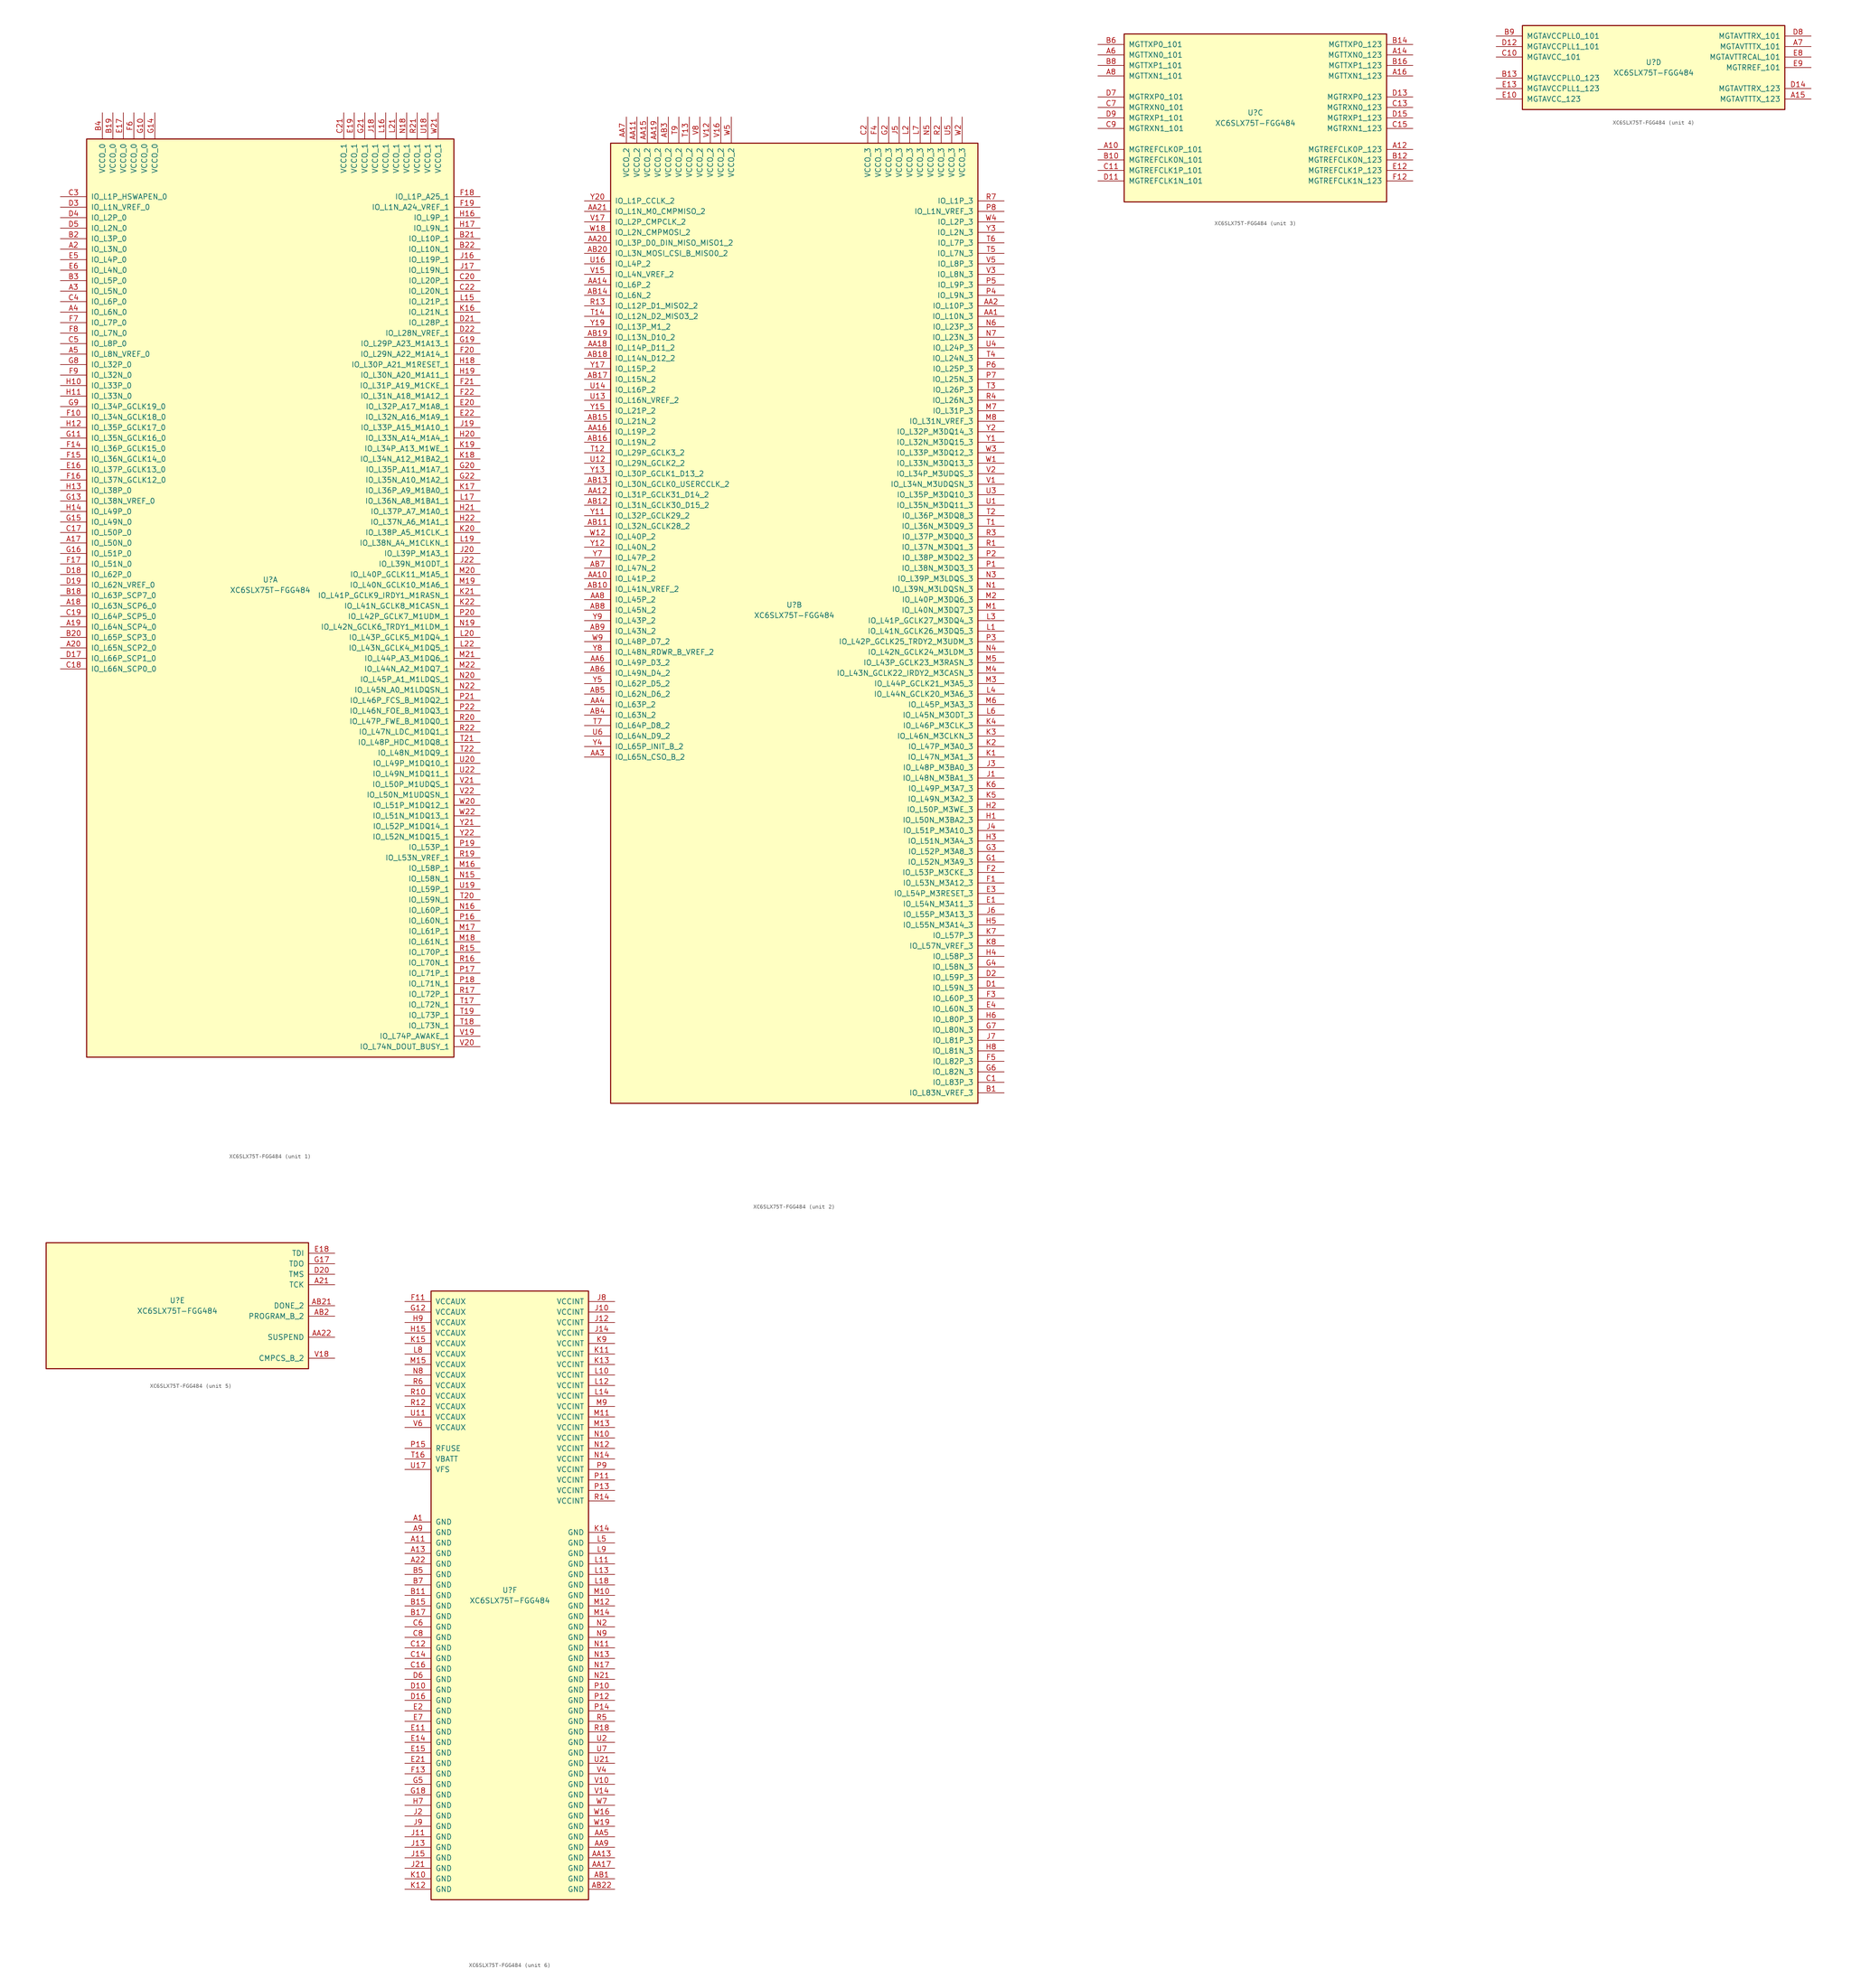
<source format=kicad_sym>
(kicad_symbol_lib
  (version 20220914)
  (generator kicad_symbol_editor)
  (symbol "XC6SLX75T-FGG484"
    (pin_names
      (offset 1.016))
    (property "Reference" "U"
      (at 0 1.27 0)
      (effects (font (size 1.27 1.27))))
    (property "Value" "XC6SLX75T-FGG484"
      (at 0 -1.27 0)
      (effects (font (size 1.27 1.27))))
    (property "Datasheet" ""
      (at 0 0 0)
      (effects (font (size 1.27 1.27))))
    (property "ki_locked" ""
      (at 0 0 0)
      (effects (font (size 1.27 1.27))))
    (symbol "XC6SLX75T-FGG484_1_1"
      (rectangle (start -44.45 107.95) (end 44.45 -114.3) (stroke (width 0.254) (type default)) (fill (type background)))
      (pin bidirectional line (at -50.8 10.16 0) (length 6.35) (name "IO_L50N_0" (effects (font (size 1.27 1.27)))) (number "A17" (effects (font (size 1.27 1.27)))))
      (pin bidirectional line (at -50.8 -5.08 0) (length 6.35) (name "IO_L63N_SCP6_0" (effects (font (size 1.27 1.27)))) (number "A18" (effects (font (size 1.27 1.27)))))
      (pin bidirectional line (at -50.8 -10.16 0) (length 6.35) (name "IO_L64N_SCP4_0" (effects (font (size 1.27 1.27)))) (number "A19" (effects (font (size 1.27 1.27)))))
      (pin bidirectional line (at -50.8 81.28 0) (length 6.35) (name "IO_L3N_0" (effects (font (size 1.27 1.27)))) (number "A2" (effects (font (size 1.27 1.27)))))
      (pin bidirectional line (at -50.8 -15.24 0) (length 6.35) (name "IO_L65N_SCP2_0" (effects (font (size 1.27 1.27)))) (number "A20" (effects (font (size 1.27 1.27)))))
      (pin bidirectional line (at -50.8 71.12 0) (length 6.35) (name "IO_L5N_0" (effects (font (size 1.27 1.27)))) (number "A3" (effects (font (size 1.27 1.27)))))
      (pin bidirectional line (at -50.8 66.04 0) (length 6.35) (name "IO_L6N_0" (effects (font (size 1.27 1.27)))) (number "A4" (effects (font (size 1.27 1.27)))))
      (pin bidirectional line (at -50.8 55.88 0) (length 6.35) (name "IO_L8N_VREF_0" (effects (font (size 1.27 1.27)))) (number "A5" (effects (font (size 1.27 1.27)))))
      (pin bidirectional line (at -50.8 -2.54 0) (length 6.35) (name "IO_L63P_SCP7_0" (effects (font (size 1.27 1.27)))) (number "B18" (effects (font (size 1.27 1.27)))))
      (pin power_in line (at -38.1 114.3 270) (length 6.35) (name "VCCO_0" (effects (font (size 1.27 1.27)))) (number "B19" (effects (font (size 1.27 1.27)))))
      (pin bidirectional line (at -50.8 83.82 0) (length 6.35) (name "IO_L3P_0" (effects (font (size 1.27 1.27)))) (number "B2" (effects (font (size 1.27 1.27)))))
      (pin bidirectional line (at -50.8 -12.7 0) (length 6.35) (name "IO_L65P_SCP3_0" (effects (font (size 1.27 1.27)))) (number "B20" (effects (font (size 1.27 1.27)))))
      (pin bidirectional line (at 50.8 83.82 180) (length 6.35) (name "IO_L10P_1" (effects (font (size 1.27 1.27)))) (number "B21" (effects (font (size 1.27 1.27)))))
      (pin bidirectional line (at 50.8 81.28 180) (length 6.35) (name "IO_L10N_1" (effects (font (size 1.27 1.27)))) (number "B22" (effects (font (size 1.27 1.27)))))
      (pin bidirectional line (at -50.8 73.66 0) (length 6.35) (name "IO_L5P_0" (effects (font (size 1.27 1.27)))) (number "B3" (effects (font (size 1.27 1.27)))))
      (pin power_in line (at -40.64 114.3 270) (length 6.35) (name "VCCO_0" (effects (font (size 1.27 1.27)))) (number "B4" (effects (font (size 1.27 1.27)))))
      (pin bidirectional line (at -50.8 12.7 0) (length 6.35) (name "IO_L50P_0" (effects (font (size 1.27 1.27)))) (number "C17" (effects (font (size 1.27 1.27)))))
      (pin bidirectional line (at -50.8 -20.32 0) (length 6.35) (name "IO_L66N_SCP0_0" (effects (font (size 1.27 1.27)))) (number "C18" (effects (font (size 1.27 1.27)))))
      (pin bidirectional line (at -50.8 -7.62 0) (length 6.35) (name "IO_L64P_SCP5_0" (effects (font (size 1.27 1.27)))) (number "C19" (effects (font (size 1.27 1.27)))))
      (pin bidirectional line (at 50.8 73.66 180) (length 6.35) (name "IO_L20P_1" (effects (font (size 1.27 1.27)))) (number "C20" (effects (font (size 1.27 1.27)))))
      (pin power_in line (at 17.78 114.3 270) (length 6.35) (name "VCCO_1" (effects (font (size 1.27 1.27)))) (number "C21" (effects (font (size 1.27 1.27)))))
      (pin bidirectional line (at 50.8 71.12 180) (length 6.35) (name "IO_L20N_1" (effects (font (size 1.27 1.27)))) (number "C22" (effects (font (size 1.27 1.27)))))
      (pin bidirectional line (at -50.8 93.98 0) (length 6.35) (name "IO_L1P_HSWAPEN_0" (effects (font (size 1.27 1.27)))) (number "C3" (effects (font (size 1.27 1.27)))))
      (pin bidirectional line (at -50.8 68.58 0) (length 6.35) (name "IO_L6P_0" (effects (font (size 1.27 1.27)))) (number "C4" (effects (font (size 1.27 1.27)))))
      (pin bidirectional line (at -50.8 58.42 0) (length 6.35) (name "IO_L8P_0" (effects (font (size 1.27 1.27)))) (number "C5" (effects (font (size 1.27 1.27)))))
      (pin bidirectional line (at -50.8 -17.78 0) (length 6.35) (name "IO_L66P_SCP1_0" (effects (font (size 1.27 1.27)))) (number "D17" (effects (font (size 1.27 1.27)))))
      (pin bidirectional line (at -50.8 2.54 0) (length 6.35) (name "IO_L62P_0" (effects (font (size 1.27 1.27)))) (number "D18" (effects (font (size 1.27 1.27)))))
      (pin bidirectional line (at -50.8 0 0) (length 6.35) (name "IO_L62N_VREF_0" (effects (font (size 1.27 1.27)))) (number "D19" (effects (font (size 1.27 1.27)))))
      (pin bidirectional line (at 50.8 63.5 180) (length 6.35) (name "IO_L28P_1" (effects (font (size 1.27 1.27)))) (number "D21" (effects (font (size 1.27 1.27)))))
      (pin bidirectional line (at 50.8 60.96 180) (length 6.35) (name "IO_L28N_VREF_1" (effects (font (size 1.27 1.27)))) (number "D22" (effects (font (size 1.27 1.27)))))
      (pin bidirectional line (at -50.8 91.44 0) (length 6.35) (name "IO_L1N_VREF_0" (effects (font (size 1.27 1.27)))) (number "D3" (effects (font (size 1.27 1.27)))))
      (pin bidirectional line (at -50.8 88.9 0) (length 6.35) (name "IO_L2P_0" (effects (font (size 1.27 1.27)))) (number "D4" (effects (font (size 1.27 1.27)))))
      (pin bidirectional line (at -50.8 86.36 0) (length 6.35) (name "IO_L2N_0" (effects (font (size 1.27 1.27)))) (number "D5" (effects (font (size 1.27 1.27)))))
      (pin bidirectional line (at -50.8 27.94 0) (length 6.35) (name "IO_L37P_GCLK13_0" (effects (font (size 1.27 1.27)))) (number "E16" (effects (font (size 1.27 1.27)))))
      (pin power_in line (at -35.56 114.3 270) (length 6.35) (name "VCCO_0" (effects (font (size 1.27 1.27)))) (number "E17" (effects (font (size 1.27 1.27)))))
      (pin power_in line (at 20.32 114.3 270) (length 6.35) (name "VCCO_1" (effects (font (size 1.27 1.27)))) (number "E19" (effects (font (size 1.27 1.27)))))
      (pin bidirectional line (at 50.8 43.18 180) (length 6.35) (name "IO_L32P_A17_M1A8_1" (effects (font (size 1.27 1.27)))) (number "E20" (effects (font (size 1.27 1.27)))))
      (pin bidirectional line (at 50.8 40.64 180) (length 6.35) (name "IO_L32N_A16_M1A9_1" (effects (font (size 1.27 1.27)))) (number "E22" (effects (font (size 1.27 1.27)))))
      (pin bidirectional line (at -50.8 78.74 0) (length 6.35) (name "IO_L4P_0" (effects (font (size 1.27 1.27)))) (number "E5" (effects (font (size 1.27 1.27)))))
      (pin bidirectional line (at -50.8 76.2 0) (length 6.35) (name "IO_L4N_0" (effects (font (size 1.27 1.27)))) (number "E6" (effects (font (size 1.27 1.27)))))
      (pin bidirectional line (at -50.8 40.64 0) (length 6.35) (name "IO_L34N_GCLK18_0" (effects (font (size 1.27 1.27)))) (number "F10" (effects (font (size 1.27 1.27)))))
      (pin bidirectional line (at -50.8 33.02 0) (length 6.35) (name "IO_L36P_GCLK15_0" (effects (font (size 1.27 1.27)))) (number "F14" (effects (font (size 1.27 1.27)))))
      (pin bidirectional line (at -50.8 30.48 0) (length 6.35) (name "IO_L36N_GCLK14_0" (effects (font (size 1.27 1.27)))) (number "F15" (effects (font (size 1.27 1.27)))))
      (pin bidirectional line (at -50.8 25.4 0) (length 6.35) (name "IO_L37N_GCLK12_0" (effects (font (size 1.27 1.27)))) (number "F16" (effects (font (size 1.27 1.27)))))
      (pin bidirectional line (at -50.8 5.08 0) (length 6.35) (name "IO_L51N_0" (effects (font (size 1.27 1.27)))) (number "F17" (effects (font (size 1.27 1.27)))))
      (pin bidirectional line (at 50.8 93.98 180) (length 6.35) (name "IO_L1P_A25_1" (effects (font (size 1.27 1.27)))) (number "F18" (effects (font (size 1.27 1.27)))))
      (pin bidirectional line (at 50.8 91.44 180) (length 6.35) (name "IO_L1N_A24_VREF_1" (effects (font (size 1.27 1.27)))) (number "F19" (effects (font (size 1.27 1.27)))))
      (pin bidirectional line (at 50.8 55.88 180) (length 6.35) (name "IO_L29N_A22_M1A14_1" (effects (font (size 1.27 1.27)))) (number "F20" (effects (font (size 1.27 1.27)))))
      (pin bidirectional line (at 50.8 48.26 180) (length 6.35) (name "IO_L31P_A19_M1CKE_1" (effects (font (size 1.27 1.27)))) (number "F21" (effects (font (size 1.27 1.27)))))
      (pin bidirectional line (at 50.8 45.72 180) (length 6.35) (name "IO_L31N_A18_M1A12_1" (effects (font (size 1.27 1.27)))) (number "F22" (effects (font (size 1.27 1.27)))))
      (pin power_in line (at -33.02 114.3 270) (length 6.35) (name "VCCO_0" (effects (font (size 1.27 1.27)))) (number "F6" (effects (font (size 1.27 1.27)))))
      (pin bidirectional line (at -50.8 63.5 0) (length 6.35) (name "IO_L7P_0" (effects (font (size 1.27 1.27)))) (number "F7" (effects (font (size 1.27 1.27)))))
      (pin bidirectional line (at -50.8 60.96 0) (length 6.35) (name "IO_L7N_0" (effects (font (size 1.27 1.27)))) (number "F8" (effects (font (size 1.27 1.27)))))
      (pin bidirectional line (at -50.8 50.8 0) (length 6.35) (name "IO_L32N_0" (effects (font (size 1.27 1.27)))) (number "F9" (effects (font (size 1.27 1.27)))))
      (pin power_in line (at -30.48 114.3 270) (length 6.35) (name "VCCO_0" (effects (font (size 1.27 1.27)))) (number "G10" (effects (font (size 1.27 1.27)))))
      (pin bidirectional line (at -50.8 35.56 0) (length 6.35) (name "IO_L35N_GCLK16_0" (effects (font (size 1.27 1.27)))) (number "G11" (effects (font (size 1.27 1.27)))))
      (pin bidirectional line (at -50.8 20.32 0) (length 6.35) (name "IO_L38N_VREF_0" (effects (font (size 1.27 1.27)))) (number "G13" (effects (font (size 1.27 1.27)))))
      (pin power_in line (at -27.94 114.3 270) (length 6.35) (name "VCCO_0" (effects (font (size 1.27 1.27)))) (number "G14" (effects (font (size 1.27 1.27)))))
      (pin bidirectional line (at -50.8 15.24 0) (length 6.35) (name "IO_L49N_0" (effects (font (size 1.27 1.27)))) (number "G15" (effects (font (size 1.27 1.27)))))
      (pin bidirectional line (at -50.8 7.62 0) (length 6.35) (name "IO_L51P_0" (effects (font (size 1.27 1.27)))) (number "G16" (effects (font (size 1.27 1.27)))))
      (pin bidirectional line (at 50.8 58.42 180) (length 6.35) (name "IO_L29P_A23_M1A13_1" (effects (font (size 1.27 1.27)))) (number "G19" (effects (font (size 1.27 1.27)))))
      (pin bidirectional line (at 50.8 27.94 180) (length 6.35) (name "IO_L35P_A11_M1A7_1" (effects (font (size 1.27 1.27)))) (number "G20" (effects (font (size 1.27 1.27)))))
      (pin power_in line (at 22.86 114.3 270) (length 6.35) (name "VCCO_1" (effects (font (size 1.27 1.27)))) (number "G21" (effects (font (size 1.27 1.27)))))
      (pin bidirectional line (at 50.8 25.4 180) (length 6.35) (name "IO_L35N_A10_M1A2_1" (effects (font (size 1.27 1.27)))) (number "G22" (effects (font (size 1.27 1.27)))))
      (pin bidirectional line (at -50.8 53.34 0) (length 6.35) (name "IO_L32P_0" (effects (font (size 1.27 1.27)))) (number "G8" (effects (font (size 1.27 1.27)))))
      (pin bidirectional line (at -50.8 43.18 0) (length 6.35) (name "IO_L34P_GCLK19_0" (effects (font (size 1.27 1.27)))) (number "G9" (effects (font (size 1.27 1.27)))))
      (pin bidirectional line (at -50.8 48.26 0) (length 6.35) (name "IO_L33P_0" (effects (font (size 1.27 1.27)))) (number "H10" (effects (font (size 1.27 1.27)))))
      (pin bidirectional line (at -50.8 45.72 0) (length 6.35) (name "IO_L33N_0" (effects (font (size 1.27 1.27)))) (number "H11" (effects (font (size 1.27 1.27)))))
      (pin bidirectional line (at -50.8 38.1 0) (length 6.35) (name "IO_L35P_GCLK17_0" (effects (font (size 1.27 1.27)))) (number "H12" (effects (font (size 1.27 1.27)))))
      (pin bidirectional line (at -50.8 22.86 0) (length 6.35) (name "IO_L38P_0" (effects (font (size 1.27 1.27)))) (number "H13" (effects (font (size 1.27 1.27)))))
      (pin bidirectional line (at -50.8 17.78 0) (length 6.35) (name "IO_L49P_0" (effects (font (size 1.27 1.27)))) (number "H14" (effects (font (size 1.27 1.27)))))
      (pin bidirectional line (at 50.8 88.9 180) (length 6.35) (name "IO_L9P_1" (effects (font (size 1.27 1.27)))) (number "H16" (effects (font (size 1.27 1.27)))))
      (pin bidirectional line (at 50.8 86.36 180) (length 6.35) (name "IO_L9N_1" (effects (font (size 1.27 1.27)))) (number "H17" (effects (font (size 1.27 1.27)))))
      (pin bidirectional line (at 50.8 53.34 180) (length 6.35) (name "IO_L30P_A21_M1RESET_1" (effects (font (size 1.27 1.27)))) (number "H18" (effects (font (size 1.27 1.27)))))
      (pin bidirectional line (at 50.8 50.8 180) (length 6.35) (name "IO_L30N_A20_M1A11_1" (effects (font (size 1.27 1.27)))) (number "H19" (effects (font (size 1.27 1.27)))))
      (pin bidirectional line (at 50.8 35.56 180) (length 6.35) (name "IO_L33N_A14_M1A4_1" (effects (font (size 1.27 1.27)))) (number "H20" (effects (font (size 1.27 1.27)))))
      (pin bidirectional line (at 50.8 17.78 180) (length 6.35) (name "IO_L37P_A7_M1A0_1" (effects (font (size 1.27 1.27)))) (number "H21" (effects (font (size 1.27 1.27)))))
      (pin bidirectional line (at 50.8 15.24 180) (length 6.35) (name "IO_L37N_A6_M1A1_1" (effects (font (size 1.27 1.27)))) (number "H22" (effects (font (size 1.27 1.27)))))
      (pin bidirectional line (at 50.8 78.74 180) (length 6.35) (name "IO_L19P_1" (effects (font (size 1.27 1.27)))) (number "J16" (effects (font (size 1.27 1.27)))))
      (pin bidirectional line (at 50.8 76.2 180) (length 6.35) (name "IO_L19N_1" (effects (font (size 1.27 1.27)))) (number "J17" (effects (font (size 1.27 1.27)))))
      (pin power_in line (at 25.4 114.3 270) (length 6.35) (name "VCCO_1" (effects (font (size 1.27 1.27)))) (number "J18" (effects (font (size 1.27 1.27)))))
      (pin bidirectional line (at 50.8 38.1 180) (length 6.35) (name "IO_L33P_A15_M1A10_1" (effects (font (size 1.27 1.27)))) (number "J19" (effects (font (size 1.27 1.27)))))
      (pin bidirectional line (at 50.8 7.62 180) (length 6.35) (name "IO_L39P_M1A3_1" (effects (font (size 1.27 1.27)))) (number "J20" (effects (font (size 1.27 1.27)))))
      (pin bidirectional line (at 50.8 5.08 180) (length 6.35) (name "IO_L39N_M1ODT_1" (effects (font (size 1.27 1.27)))) (number "J22" (effects (font (size 1.27 1.27)))))
      (pin bidirectional line (at 50.8 66.04 180) (length 6.35) (name "IO_L21N_1" (effects (font (size 1.27 1.27)))) (number "K16" (effects (font (size 1.27 1.27)))))
      (pin bidirectional line (at 50.8 22.86 180) (length 6.35) (name "IO_L36P_A9_M1BA0_1" (effects (font (size 1.27 1.27)))) (number "K17" (effects (font (size 1.27 1.27)))))
      (pin bidirectional line (at 50.8 30.48 180) (length 6.35) (name "IO_L34N_A12_M1BA2_1" (effects (font (size 1.27 1.27)))) (number "K18" (effects (font (size 1.27 1.27)))))
      (pin bidirectional line (at 50.8 33.02 180) (length 6.35) (name "IO_L34P_A13_M1WE_1" (effects (font (size 1.27 1.27)))) (number "K19" (effects (font (size 1.27 1.27)))))
      (pin bidirectional line (at 50.8 12.7 180) (length 6.35) (name "IO_L38P_A5_M1CLK_1" (effects (font (size 1.27 1.27)))) (number "K20" (effects (font (size 1.27 1.27)))))
      (pin bidirectional line (at 50.8 -2.54 180) (length 6.35) (name "IO_L41P_GCLK9_IRDY1_M1RASN_1" (effects (font (size 1.27 1.27)))) (number "K21" (effects (font (size 1.27 1.27)))))
      (pin bidirectional line (at 50.8 -5.08 180) (length 6.35) (name "IO_L41N_GCLK8_M1CASN_1" (effects (font (size 1.27 1.27)))) (number "K22" (effects (font (size 1.27 1.27)))))
      (pin bidirectional line (at 50.8 68.58 180) (length 6.35) (name "IO_L21P_1" (effects (font (size 1.27 1.27)))) (number "L15" (effects (font (size 1.27 1.27)))))
      (pin power_in line (at 27.94 114.3 270) (length 6.35) (name "VCCO_1" (effects (font (size 1.27 1.27)))) (number "L16" (effects (font (size 1.27 1.27)))))
      (pin bidirectional line (at 50.8 20.32 180) (length 6.35) (name "IO_L36N_A8_M1BA1_1" (effects (font (size 1.27 1.27)))) (number "L17" (effects (font (size 1.27 1.27)))))
      (pin bidirectional line (at 50.8 10.16 180) (length 6.35) (name "IO_L38N_A4_M1CLKN_1" (effects (font (size 1.27 1.27)))) (number "L19" (effects (font (size 1.27 1.27)))))
      (pin bidirectional line (at 50.8 -12.7 180) (length 6.35) (name "IO_L43P_GCLK5_M1DQ4_1" (effects (font (size 1.27 1.27)))) (number "L20" (effects (font (size 1.27 1.27)))))
      (pin power_in line (at 30.48 114.3 270) (length 6.35) (name "VCCO_1" (effects (font (size 1.27 1.27)))) (number "L21" (effects (font (size 1.27 1.27)))))
      (pin bidirectional line (at 50.8 -15.24 180) (length 6.35) (name "IO_L43N_GCLK4_M1DQ5_1" (effects (font (size 1.27 1.27)))) (number "L22" (effects (font (size 1.27 1.27)))))
      (pin bidirectional line (at 50.8 -68.58 180) (length 6.35) (name "IO_L58P_1" (effects (font (size 1.27 1.27)))) (number "M16" (effects (font (size 1.27 1.27)))))
      (pin bidirectional line (at 50.8 -83.82 180) (length 6.35) (name "IO_L61P_1" (effects (font (size 1.27 1.27)))) (number "M17" (effects (font (size 1.27 1.27)))))
      (pin bidirectional line (at 50.8 -86.36 180) (length 6.35) (name "IO_L61N_1" (effects (font (size 1.27 1.27)))) (number "M18" (effects (font (size 1.27 1.27)))))
      (pin bidirectional line (at 50.8 0 180) (length 6.35) (name "IO_L40N_GCLK10_M1A6_1" (effects (font (size 1.27 1.27)))) (number "M19" (effects (font (size 1.27 1.27)))))
      (pin bidirectional line (at 50.8 2.54 180) (length 6.35) (name "IO_L40P_GCLK11_M1A5_1" (effects (font (size 1.27 1.27)))) (number "M20" (effects (font (size 1.27 1.27)))))
      (pin bidirectional line (at 50.8 -17.78 180) (length 6.35) (name "IO_L44P_A3_M1DQ6_1" (effects (font (size 1.27 1.27)))) (number "M21" (effects (font (size 1.27 1.27)))))
      (pin bidirectional line (at 50.8 -20.32 180) (length 6.35) (name "IO_L44N_A2_M1DQ7_1" (effects (font (size 1.27 1.27)))) (number "M22" (effects (font (size 1.27 1.27)))))
      (pin bidirectional line (at 50.8 -71.12 180) (length 6.35) (name "IO_L58N_1" (effects (font (size 1.27 1.27)))) (number "N15" (effects (font (size 1.27 1.27)))))
      (pin bidirectional line (at 50.8 -78.74 180) (length 6.35) (name "IO_L60P_1" (effects (font (size 1.27 1.27)))) (number "N16" (effects (font (size 1.27 1.27)))))
      (pin power_in line (at 33.02 114.3 270) (length 6.35) (name "VCCO_1" (effects (font (size 1.27 1.27)))) (number "N18" (effects (font (size 1.27 1.27)))))
      (pin bidirectional line (at 50.8 -10.16 180) (length 6.35) (name "IO_L42N_GCLK6_TRDY1_M1LDM_1" (effects (font (size 1.27 1.27)))) (number "N19" (effects (font (size 1.27 1.27)))))
      (pin bidirectional line (at 50.8 -22.86 180) (length 6.35) (name "IO_L45P_A1_M1LDQS_1" (effects (font (size 1.27 1.27)))) (number "N20" (effects (font (size 1.27 1.27)))))
      (pin bidirectional line (at 50.8 -25.4 180) (length 6.35) (name "IO_L45N_A0_M1LDQSN_1" (effects (font (size 1.27 1.27)))) (number "N22" (effects (font (size 1.27 1.27)))))
      (pin bidirectional line (at 50.8 -81.28 180) (length 6.35) (name "IO_L60N_1" (effects (font (size 1.27 1.27)))) (number "P16" (effects (font (size 1.27 1.27)))))
      (pin bidirectional line (at 50.8 -93.98 180) (length 6.35) (name "IO_L71P_1" (effects (font (size 1.27 1.27)))) (number "P17" (effects (font (size 1.27 1.27)))))
      (pin bidirectional line (at 50.8 -96.52 180) (length 6.35) (name "IO_L71N_1" (effects (font (size 1.27 1.27)))) (number "P18" (effects (font (size 1.27 1.27)))))
      (pin bidirectional line (at 50.8 -63.5 180) (length 6.35) (name "IO_L53P_1" (effects (font (size 1.27 1.27)))) (number "P19" (effects (font (size 1.27 1.27)))))
      (pin bidirectional line (at 50.8 -7.62 180) (length 6.35) (name "IO_L42P_GCLK7_M1UDM_1" (effects (font (size 1.27 1.27)))) (number "P20" (effects (font (size 1.27 1.27)))))
      (pin bidirectional line (at 50.8 -27.94 180) (length 6.35) (name "IO_L46P_FCS_B_M1DQ2_1" (effects (font (size 1.27 1.27)))) (number "P21" (effects (font (size 1.27 1.27)))))
      (pin bidirectional line (at 50.8 -30.48 180) (length 6.35) (name "IO_L46N_FOE_B_M1DQ3_1" (effects (font (size 1.27 1.27)))) (number "P22" (effects (font (size 1.27 1.27)))))
      (pin bidirectional line (at 50.8 -88.9 180) (length 6.35) (name "IO_L70P_1" (effects (font (size 1.27 1.27)))) (number "R15" (effects (font (size 1.27 1.27)))))
      (pin bidirectional line (at 50.8 -91.44 180) (length 6.35) (name "IO_L70N_1" (effects (font (size 1.27 1.27)))) (number "R16" (effects (font (size 1.27 1.27)))))
      (pin bidirectional line (at 50.8 -99.06 180) (length 6.35) (name "IO_L72P_1" (effects (font (size 1.27 1.27)))) (number "R17" (effects (font (size 1.27 1.27)))))
      (pin bidirectional line (at 50.8 -66.04 180) (length 6.35) (name "IO_L53N_VREF_1" (effects (font (size 1.27 1.27)))) (number "R19" (effects (font (size 1.27 1.27)))))
      (pin bidirectional line (at 50.8 -33.02 180) (length 6.35) (name "IO_L47P_FWE_B_M1DQ0_1" (effects (font (size 1.27 1.27)))) (number "R20" (effects (font (size 1.27 1.27)))))
      (pin power_in line (at 35.56 114.3 270) (length 6.35) (name "VCCO_1" (effects (font (size 1.27 1.27)))) (number "R21" (effects (font (size 1.27 1.27)))))
      (pin bidirectional line (at 50.8 -35.56 180) (length 6.35) (name "IO_L47N_LDC_M1DQ1_1" (effects (font (size 1.27 1.27)))) (number "R22" (effects (font (size 1.27 1.27)))))
      (pin bidirectional line (at 50.8 -101.6 180) (length 6.35) (name "IO_L72N_1" (effects (font (size 1.27 1.27)))) (number "T17" (effects (font (size 1.27 1.27)))))
      (pin bidirectional line (at 50.8 -106.68 180) (length 6.35) (name "IO_L73N_1" (effects (font (size 1.27 1.27)))) (number "T18" (effects (font (size 1.27 1.27)))))
      (pin bidirectional line (at 50.8 -104.14 180) (length 6.35) (name "IO_L73P_1" (effects (font (size 1.27 1.27)))) (number "T19" (effects (font (size 1.27 1.27)))))
      (pin bidirectional line (at 50.8 -76.2 180) (length 6.35) (name "IO_L59N_1" (effects (font (size 1.27 1.27)))) (number "T20" (effects (font (size 1.27 1.27)))))
      (pin bidirectional line (at 50.8 -38.1 180) (length 6.35) (name "IO_L48P_HDC_M1DQ8_1" (effects (font (size 1.27 1.27)))) (number "T21" (effects (font (size 1.27 1.27)))))
      (pin bidirectional line (at 50.8 -40.64 180) (length 6.35) (name "IO_L48N_M1DQ9_1" (effects (font (size 1.27 1.27)))) (number "T22" (effects (font (size 1.27 1.27)))))
      (pin power_in line (at 38.1 114.3 270) (length 6.35) (name "VCCO_1" (effects (font (size 1.27 1.27)))) (number "U18" (effects (font (size 1.27 1.27)))))
      (pin bidirectional line (at 50.8 -73.66 180) (length 6.35) (name "IO_L59P_1" (effects (font (size 1.27 1.27)))) (number "U19" (effects (font (size 1.27 1.27)))))
      (pin bidirectional line (at 50.8 -43.18 180) (length 6.35) (name "IO_L49P_M1DQ10_1" (effects (font (size 1.27 1.27)))) (number "U20" (effects (font (size 1.27 1.27)))))
      (pin bidirectional line (at 50.8 -45.72 180) (length 6.35) (name "IO_L49N_M1DQ11_1" (effects (font (size 1.27 1.27)))) (number "U22" (effects (font (size 1.27 1.27)))))
      (pin bidirectional line (at 50.8 -109.22 180) (length 6.35) (name "IO_L74P_AWAKE_1" (effects (font (size 1.27 1.27)))) (number "V19" (effects (font (size 1.27 1.27)))))
      (pin bidirectional line (at 50.8 -111.76 180) (length 6.35) (name "IO_L74N_DOUT_BUSY_1" (effects (font (size 1.27 1.27)))) (number "V20" (effects (font (size 1.27 1.27)))))
      (pin bidirectional line (at 50.8 -48.26 180) (length 6.35) (name "IO_L50P_M1UDQS_1" (effects (font (size 1.27 1.27)))) (number "V21" (effects (font (size 1.27 1.27)))))
      (pin bidirectional line (at 50.8 -50.8 180) (length 6.35) (name "IO_L50N_M1UDQSN_1" (effects (font (size 1.27 1.27)))) (number "V22" (effects (font (size 1.27 1.27)))))
      (pin bidirectional line (at 50.8 -53.34 180) (length 6.35) (name "IO_L51P_M1DQ12_1" (effects (font (size 1.27 1.27)))) (number "W20" (effects (font (size 1.27 1.27)))))
      (pin power_in line (at 40.64 114.3 270) (length 6.35) (name "VCCO_1" (effects (font (size 1.27 1.27)))) (number "W21" (effects (font (size 1.27 1.27)))))
      (pin bidirectional line (at 50.8 -55.88 180) (length 6.35) (name "IO_L51N_M1DQ13_1" (effects (font (size 1.27 1.27)))) (number "W22" (effects (font (size 1.27 1.27)))))
      (pin bidirectional line (at 50.8 -58.42 180) (length 6.35) (name "IO_L52P_M1DQ14_1" (effects (font (size 1.27 1.27)))) (number "Y21" (effects (font (size 1.27 1.27)))))
      (pin bidirectional line (at 50.8 -60.96 180) (length 6.35) (name "IO_L52N_M1DQ15_1" (effects (font (size 1.27 1.27)))) (number "Y22" (effects (font (size 1.27 1.27))))))
    (symbol "XC6SLX75T-FGG484_2_1"
      (rectangle (start -44.45 113.03) (end 44.45 -119.38) (stroke (width 0.254) (type default)) (fill (type background)))
      (pin bidirectional line (at 50.8 71.12 180) (length 6.35) (name "IO_L10N_3" (effects (font (size 1.27 1.27)))) (number "AA1" (effects (font (size 1.27 1.27)))))
      (pin bidirectional line (at -50.8 7.62 0) (length 6.35) (name "IO_L41P_2" (effects (font (size 1.27 1.27)))) (number "AA10" (effects (font (size 1.27 1.27)))))
      (pin power_in line (at -38.1 119.38 270) (length 6.35) (name "VCCO_2" (effects (font (size 1.27 1.27)))) (number "AA11" (effects (font (size 1.27 1.27)))))
      (pin bidirectional line (at -50.8 27.94 0) (length 6.35) (name "IO_L31P_GCLK31_D14_2" (effects (font (size 1.27 1.27)))) (number "AA12" (effects (font (size 1.27 1.27)))))
      (pin bidirectional line (at -50.8 78.74 0) (length 6.35) (name "IO_L6P_2" (effects (font (size 1.27 1.27)))) (number "AA14" (effects (font (size 1.27 1.27)))))
      (pin power_in line (at -35.56 119.38 270) (length 6.35) (name "VCCO_2" (effects (font (size 1.27 1.27)))) (number "AA15" (effects (font (size 1.27 1.27)))))
      (pin bidirectional line (at -50.8 43.18 0) (length 6.35) (name "IO_L19P_2" (effects (font (size 1.27 1.27)))) (number "AA16" (effects (font (size 1.27 1.27)))))
      (pin bidirectional line (at -50.8 63.5 0) (length 6.35) (name "IO_L14P_D11_2" (effects (font (size 1.27 1.27)))) (number "AA18" (effects (font (size 1.27 1.27)))))
      (pin power_in line (at -33.02 119.38 270) (length 6.35) (name "VCCO_2" (effects (font (size 1.27 1.27)))) (number "AA19" (effects (font (size 1.27 1.27)))))
      (pin bidirectional line (at 50.8 73.66 180) (length 6.35) (name "IO_L10P_3" (effects (font (size 1.27 1.27)))) (number "AA2" (effects (font (size 1.27 1.27)))))
      (pin bidirectional line (at -50.8 88.9 0) (length 6.35) (name "IO_L3P_D0_DIN_MISO_MISO1_2" (effects (font (size 1.27 1.27)))) (number "AA20" (effects (font (size 1.27 1.27)))))
      (pin bidirectional line (at -50.8 96.52 0) (length 6.35) (name "IO_L1N_M0_CMPMISO_2" (effects (font (size 1.27 1.27)))) (number "AA21" (effects (font (size 1.27 1.27)))))
      (pin bidirectional line (at -50.8 -35.56 0) (length 6.35) (name "IO_L65N_CSO_B_2" (effects (font (size 1.27 1.27)))) (number "AA3" (effects (font (size 1.27 1.27)))))
      (pin bidirectional line (at -50.8 -22.86 0) (length 6.35) (name "IO_L63P_2" (effects (font (size 1.27 1.27)))) (number "AA4" (effects (font (size 1.27 1.27)))))
      (pin bidirectional line (at -50.8 -12.7 0) (length 6.35) (name "IO_L49P_D3_2" (effects (font (size 1.27 1.27)))) (number "AA6" (effects (font (size 1.27 1.27)))))
      (pin power_in line (at -40.64 119.38 270) (length 6.35) (name "VCCO_2" (effects (font (size 1.27 1.27)))) (number "AA7" (effects (font (size 1.27 1.27)))))
      (pin bidirectional line (at -50.8 2.54 0) (length 6.35) (name "IO_L45P_2" (effects (font (size 1.27 1.27)))) (number "AA8" (effects (font (size 1.27 1.27)))))
      (pin bidirectional line (at -50.8 5.08 0) (length 6.35) (name "IO_L41N_VREF_2" (effects (font (size 1.27 1.27)))) (number "AB10" (effects (font (size 1.27 1.27)))))
      (pin bidirectional line (at -50.8 20.32 0) (length 6.35) (name "IO_L32N_GCLK28_2" (effects (font (size 1.27 1.27)))) (number "AB11" (effects (font (size 1.27 1.27)))))
      (pin bidirectional line (at -50.8 25.4 0) (length 6.35) (name "IO_L31N_GCLK30_D15_2" (effects (font (size 1.27 1.27)))) (number "AB12" (effects (font (size 1.27 1.27)))))
      (pin bidirectional line (at -50.8 30.48 0) (length 6.35) (name "IO_L30N_GCLK0_USERCCLK_2" (effects (font (size 1.27 1.27)))) (number "AB13" (effects (font (size 1.27 1.27)))))
      (pin bidirectional line (at -50.8 76.2 0) (length 6.35) (name "IO_L6N_2" (effects (font (size 1.27 1.27)))) (number "AB14" (effects (font (size 1.27 1.27)))))
      (pin bidirectional line (at -50.8 45.72 0) (length 6.35) (name "IO_L21N_2" (effects (font (size 1.27 1.27)))) (number "AB15" (effects (font (size 1.27 1.27)))))
      (pin bidirectional line (at -50.8 40.64 0) (length 6.35) (name "IO_L19N_2" (effects (font (size 1.27 1.27)))) (number "AB16" (effects (font (size 1.27 1.27)))))
      (pin bidirectional line (at -50.8 55.88 0) (length 6.35) (name "IO_L15N_2" (effects (font (size 1.27 1.27)))) (number "AB17" (effects (font (size 1.27 1.27)))))
      (pin bidirectional line (at -50.8 60.96 0) (length 6.35) (name "IO_L14N_D12_2" (effects (font (size 1.27 1.27)))) (number "AB18" (effects (font (size 1.27 1.27)))))
      (pin bidirectional line (at -50.8 66.04 0) (length 6.35) (name "IO_L13N_D10_2" (effects (font (size 1.27 1.27)))) (number "AB19" (effects (font (size 1.27 1.27)))))
      (pin bidirectional line (at -50.8 86.36 0) (length 6.35) (name "IO_L3N_MOSI_CSI_B_MISO0_2" (effects (font (size 1.27 1.27)))) (number "AB20" (effects (font (size 1.27 1.27)))))
      (pin power_in line (at -30.48 119.38 270) (length 6.35) (name "VCCO_2" (effects (font (size 1.27 1.27)))) (number "AB3" (effects (font (size 1.27 1.27)))))
      (pin bidirectional line (at -50.8 -25.4 0) (length 6.35) (name "IO_L63N_2" (effects (font (size 1.27 1.27)))) (number "AB4" (effects (font (size 1.27 1.27)))))
      (pin bidirectional line (at -50.8 -20.32 0) (length 6.35) (name "IO_L62N_D6_2" (effects (font (size 1.27 1.27)))) (number "AB5" (effects (font (size 1.27 1.27)))))
      (pin bidirectional line (at -50.8 -15.24 0) (length 6.35) (name "IO_L49N_D4_2" (effects (font (size 1.27 1.27)))) (number "AB6" (effects (font (size 1.27 1.27)))))
      (pin bidirectional line (at -50.8 10.16 0) (length 6.35) (name "IO_L47N_2" (effects (font (size 1.27 1.27)))) (number "AB7" (effects (font (size 1.27 1.27)))))
      (pin bidirectional line (at -50.8 0 0) (length 6.35) (name "IO_L45N_2" (effects (font (size 1.27 1.27)))) (number "AB8" (effects (font (size 1.27 1.27)))))
      (pin bidirectional line (at -50.8 -5.08 0) (length 6.35) (name "IO_L43N_2" (effects (font (size 1.27 1.27)))) (number "AB9" (effects (font (size 1.27 1.27)))))
      (pin bidirectional line (at 50.8 -116.84 180) (length 6.35) (name "IO_L83N_VREF_3" (effects (font (size 1.27 1.27)))) (number "B1" (effects (font (size 1.27 1.27)))))
      (pin bidirectional line (at 50.8 -114.3 180) (length 6.35) (name "IO_L83P_3" (effects (font (size 1.27 1.27)))) (number "C1" (effects (font (size 1.27 1.27)))))
      (pin power_in line (at 17.78 119.38 270) (length 6.35) (name "VCCO_3" (effects (font (size 1.27 1.27)))) (number "C2" (effects (font (size 1.27 1.27)))))
      (pin bidirectional line (at 50.8 -91.44 180) (length 6.35) (name "IO_L59N_3" (effects (font (size 1.27 1.27)))) (number "D1" (effects (font (size 1.27 1.27)))))
      (pin bidirectional line (at 50.8 -88.9 180) (length 6.35) (name "IO_L59P_3" (effects (font (size 1.27 1.27)))) (number "D2" (effects (font (size 1.27 1.27)))))
      (pin bidirectional line (at 50.8 -71.12 180) (length 6.35) (name "IO_L54N_M3A11_3" (effects (font (size 1.27 1.27)))) (number "E1" (effects (font (size 1.27 1.27)))))
      (pin bidirectional line (at 50.8 -68.58 180) (length 6.35) (name "IO_L54P_M3RESET_3" (effects (font (size 1.27 1.27)))) (number "E3" (effects (font (size 1.27 1.27)))))
      (pin bidirectional line (at 50.8 -96.52 180) (length 6.35) (name "IO_L60N_3" (effects (font (size 1.27 1.27)))) (number "E4" (effects (font (size 1.27 1.27)))))
      (pin bidirectional line (at 50.8 -66.04 180) (length 6.35) (name "IO_L53N_M3A12_3" (effects (font (size 1.27 1.27)))) (number "F1" (effects (font (size 1.27 1.27)))))
      (pin bidirectional line (at 50.8 -63.5 180) (length 6.35) (name "IO_L53P_M3CKE_3" (effects (font (size 1.27 1.27)))) (number "F2" (effects (font (size 1.27 1.27)))))
      (pin bidirectional line (at 50.8 -93.98 180) (length 6.35) (name "IO_L60P_3" (effects (font (size 1.27 1.27)))) (number "F3" (effects (font (size 1.27 1.27)))))
      (pin power_in line (at 20.32 119.38 270) (length 6.35) (name "VCCO_3" (effects (font (size 1.27 1.27)))) (number "F4" (effects (font (size 1.27 1.27)))))
      (pin bidirectional line (at 50.8 -109.22 180) (length 6.35) (name "IO_L82P_3" (effects (font (size 1.27 1.27)))) (number "F5" (effects (font (size 1.27 1.27)))))
      (pin bidirectional line (at 50.8 -60.96 180) (length 6.35) (name "IO_L52N_M3A9_3" (effects (font (size 1.27 1.27)))) (number "G1" (effects (font (size 1.27 1.27)))))
      (pin power_in line (at 22.86 119.38 270) (length 6.35) (name "VCCO_3" (effects (font (size 1.27 1.27)))) (number "G2" (effects (font (size 1.27 1.27)))))
      (pin bidirectional line (at 50.8 -58.42 180) (length 6.35) (name "IO_L52P_M3A8_3" (effects (font (size 1.27 1.27)))) (number "G3" (effects (font (size 1.27 1.27)))))
      (pin bidirectional line (at 50.8 -86.36 180) (length 6.35) (name "IO_L58N_3" (effects (font (size 1.27 1.27)))) (number "G4" (effects (font (size 1.27 1.27)))))
      (pin bidirectional line (at 50.8 -111.76 180) (length 6.35) (name "IO_L82N_3" (effects (font (size 1.27 1.27)))) (number "G6" (effects (font (size 1.27 1.27)))))
      (pin bidirectional line (at 50.8 -101.6 180) (length 6.35) (name "IO_L80N_3" (effects (font (size 1.27 1.27)))) (number "G7" (effects (font (size 1.27 1.27)))))
      (pin bidirectional line (at 50.8 -50.8 180) (length 6.35) (name "IO_L50N_M3BA2_3" (effects (font (size 1.27 1.27)))) (number "H1" (effects (font (size 1.27 1.27)))))
      (pin bidirectional line (at 50.8 -48.26 180) (length 6.35) (name "IO_L50P_M3WE_3" (effects (font (size 1.27 1.27)))) (number "H2" (effects (font (size 1.27 1.27)))))
      (pin bidirectional line (at 50.8 -55.88 180) (length 6.35) (name "IO_L51N_M3A4_3" (effects (font (size 1.27 1.27)))) (number "H3" (effects (font (size 1.27 1.27)))))
      (pin bidirectional line (at 50.8 -83.82 180) (length 6.35) (name "IO_L58P_3" (effects (font (size 1.27 1.27)))) (number "H4" (effects (font (size 1.27 1.27)))))
      (pin bidirectional line (at 50.8 -76.2 180) (length 6.35) (name "IO_L55N_M3A14_3" (effects (font (size 1.27 1.27)))) (number "H5" (effects (font (size 1.27 1.27)))))
      (pin bidirectional line (at 50.8 -99.06 180) (length 6.35) (name "IO_L80P_3" (effects (font (size 1.27 1.27)))) (number "H6" (effects (font (size 1.27 1.27)))))
      (pin bidirectional line (at 50.8 -106.68 180) (length 6.35) (name "IO_L81N_3" (effects (font (size 1.27 1.27)))) (number "H8" (effects (font (size 1.27 1.27)))))
      (pin bidirectional line (at 50.8 -40.64 180) (length 6.35) (name "IO_L48N_M3BA1_3" (effects (font (size 1.27 1.27)))) (number "J1" (effects (font (size 1.27 1.27)))))
      (pin bidirectional line (at 50.8 -38.1 180) (length 6.35) (name "IO_L48P_M3BA0_3" (effects (font (size 1.27 1.27)))) (number "J3" (effects (font (size 1.27 1.27)))))
      (pin bidirectional line (at 50.8 -53.34 180) (length 6.35) (name "IO_L51P_M3A10_3" (effects (font (size 1.27 1.27)))) (number "J4" (effects (font (size 1.27 1.27)))))
      (pin power_in line (at 25.4 119.38 270) (length 6.35) (name "VCCO_3" (effects (font (size 1.27 1.27)))) (number "J5" (effects (font (size 1.27 1.27)))))
      (pin bidirectional line (at 50.8 -73.66 180) (length 6.35) (name "IO_L55P_M3A13_3" (effects (font (size 1.27 1.27)))) (number "J6" (effects (font (size 1.27 1.27)))))
      (pin bidirectional line (at 50.8 -104.14 180) (length 6.35) (name "IO_L81P_3" (effects (font (size 1.27 1.27)))) (number "J7" (effects (font (size 1.27 1.27)))))
      (pin bidirectional line (at 50.8 -35.56 180) (length 6.35) (name "IO_L47N_M3A1_3" (effects (font (size 1.27 1.27)))) (number "K1" (effects (font (size 1.27 1.27)))))
      (pin bidirectional line (at 50.8 -33.02 180) (length 6.35) (name "IO_L47P_M3A0_3" (effects (font (size 1.27 1.27)))) (number "K2" (effects (font (size 1.27 1.27)))))
      (pin bidirectional line (at 50.8 -30.48 180) (length 6.35) (name "IO_L46N_M3CLKN_3" (effects (font (size 1.27 1.27)))) (number "K3" (effects (font (size 1.27 1.27)))))
      (pin bidirectional line (at 50.8 -27.94 180) (length 6.35) (name "IO_L46P_M3CLK_3" (effects (font (size 1.27 1.27)))) (number "K4" (effects (font (size 1.27 1.27)))))
      (pin bidirectional line (at 50.8 -45.72 180) (length 6.35) (name "IO_L49N_M3A2_3" (effects (font (size 1.27 1.27)))) (number "K5" (effects (font (size 1.27 1.27)))))
      (pin bidirectional line (at 50.8 -43.18 180) (length 6.35) (name "IO_L49P_M3A7_3" (effects (font (size 1.27 1.27)))) (number "K6" (effects (font (size 1.27 1.27)))))
      (pin bidirectional line (at 50.8 -78.74 180) (length 6.35) (name "IO_L57P_3" (effects (font (size 1.27 1.27)))) (number "K7" (effects (font (size 1.27 1.27)))))
      (pin bidirectional line (at 50.8 -81.28 180) (length 6.35) (name "IO_L57N_VREF_3" (effects (font (size 1.27 1.27)))) (number "K8" (effects (font (size 1.27 1.27)))))
      (pin bidirectional line (at 50.8 -5.08 180) (length 6.35) (name "IO_L41N_GCLK26_M3DQ5_3" (effects (font (size 1.27 1.27)))) (number "L1" (effects (font (size 1.27 1.27)))))
      (pin power_in line (at 27.94 119.38 270) (length 6.35) (name "VCCO_3" (effects (font (size 1.27 1.27)))) (number "L2" (effects (font (size 1.27 1.27)))))
      (pin bidirectional line (at 50.8 -2.54 180) (length 6.35) (name "IO_L41P_GCLK27_M3DQ4_3" (effects (font (size 1.27 1.27)))) (number "L3" (effects (font (size 1.27 1.27)))))
      (pin bidirectional line (at 50.8 -20.32 180) (length 6.35) (name "IO_L44N_GCLK20_M3A6_3" (effects (font (size 1.27 1.27)))) (number "L4" (effects (font (size 1.27 1.27)))))
      (pin bidirectional line (at 50.8 -25.4 180) (length 6.35) (name "IO_L45N_M3ODT_3" (effects (font (size 1.27 1.27)))) (number "L6" (effects (font (size 1.27 1.27)))))
      (pin power_in line (at 30.48 119.38 270) (length 6.35) (name "VCCO_3" (effects (font (size 1.27 1.27)))) (number "L7" (effects (font (size 1.27 1.27)))))
      (pin bidirectional line (at 50.8 0 180) (length 6.35) (name "IO_L40N_M3DQ7_3" (effects (font (size 1.27 1.27)))) (number "M1" (effects (font (size 1.27 1.27)))))
      (pin bidirectional line (at 50.8 2.54 180) (length 6.35) (name "IO_L40P_M3DQ6_3" (effects (font (size 1.27 1.27)))) (number "M2" (effects (font (size 1.27 1.27)))))
      (pin bidirectional line (at 50.8 -17.78 180) (length 6.35) (name "IO_L44P_GCLK21_M3A5_3" (effects (font (size 1.27 1.27)))) (number "M3" (effects (font (size 1.27 1.27)))))
      (pin bidirectional line (at 50.8 -15.24 180) (length 6.35) (name "IO_L43N_GCLK22_IRDY2_M3CASN_3" (effects (font (size 1.27 1.27)))) (number "M4" (effects (font (size 1.27 1.27)))))
      (pin bidirectional line (at 50.8 -12.7 180) (length 6.35) (name "IO_L43P_GCLK23_M3RASN_3" (effects (font (size 1.27 1.27)))) (number "M5" (effects (font (size 1.27 1.27)))))
      (pin bidirectional line (at 50.8 -22.86 180) (length 6.35) (name "IO_L45P_M3A3_3" (effects (font (size 1.27 1.27)))) (number "M6" (effects (font (size 1.27 1.27)))))
      (pin bidirectional line (at 50.8 48.26 180) (length 6.35) (name "IO_L31P_3" (effects (font (size 1.27 1.27)))) (number "M7" (effects (font (size 1.27 1.27)))))
      (pin bidirectional line (at 50.8 45.72 180) (length 6.35) (name "IO_L31N_VREF_3" (effects (font (size 1.27 1.27)))) (number "M8" (effects (font (size 1.27 1.27)))))
      (pin bidirectional line (at 50.8 5.08 180) (length 6.35) (name "IO_L39N_M3LDQSN_3" (effects (font (size 1.27 1.27)))) (number "N1" (effects (font (size 1.27 1.27)))))
      (pin bidirectional line (at 50.8 7.62 180) (length 6.35) (name "IO_L39P_M3LDQS_3" (effects (font (size 1.27 1.27)))) (number "N3" (effects (font (size 1.27 1.27)))))
      (pin bidirectional line (at 50.8 -10.16 180) (length 6.35) (name "IO_L42N_GCLK24_M3LDM_3" (effects (font (size 1.27 1.27)))) (number "N4" (effects (font (size 1.27 1.27)))))
      (pin power_in line (at 33.02 119.38 270) (length 6.35) (name "VCCO_3" (effects (font (size 1.27 1.27)))) (number "N5" (effects (font (size 1.27 1.27)))))
      (pin bidirectional line (at 50.8 68.58 180) (length 6.35) (name "IO_L23P_3" (effects (font (size 1.27 1.27)))) (number "N6" (effects (font (size 1.27 1.27)))))
      (pin bidirectional line (at 50.8 66.04 180) (length 6.35) (name "IO_L23N_3" (effects (font (size 1.27 1.27)))) (number "N7" (effects (font (size 1.27 1.27)))))
      (pin bidirectional line (at 50.8 10.16 180) (length 6.35) (name "IO_L38N_M3DQ3_3" (effects (font (size 1.27 1.27)))) (number "P1" (effects (font (size 1.27 1.27)))))
      (pin bidirectional line (at 50.8 12.7 180) (length 6.35) (name "IO_L38P_M3DQ2_3" (effects (font (size 1.27 1.27)))) (number "P2" (effects (font (size 1.27 1.27)))))
      (pin bidirectional line (at 50.8 -7.62 180) (length 6.35) (name "IO_L42P_GCLK25_TRDY2_M3UDM_3" (effects (font (size 1.27 1.27)))) (number "P3" (effects (font (size 1.27 1.27)))))
      (pin bidirectional line (at 50.8 76.2 180) (length 6.35) (name "IO_L9N_3" (effects (font (size 1.27 1.27)))) (number "P4" (effects (font (size 1.27 1.27)))))
      (pin bidirectional line (at 50.8 78.74 180) (length 6.35) (name "IO_L9P_3" (effects (font (size 1.27 1.27)))) (number "P5" (effects (font (size 1.27 1.27)))))
      (pin bidirectional line (at 50.8 58.42 180) (length 6.35) (name "IO_L25P_3" (effects (font (size 1.27 1.27)))) (number "P6" (effects (font (size 1.27 1.27)))))
      (pin bidirectional line (at 50.8 55.88 180) (length 6.35) (name "IO_L25N_3" (effects (font (size 1.27 1.27)))) (number "P7" (effects (font (size 1.27 1.27)))))
      (pin bidirectional line (at 50.8 96.52 180) (length 6.35) (name "IO_L1N_VREF_3" (effects (font (size 1.27 1.27)))) (number "P8" (effects (font (size 1.27 1.27)))))
      (pin bidirectional line (at 50.8 15.24 180) (length 6.35) (name "IO_L37N_M3DQ1_3" (effects (font (size 1.27 1.27)))) (number "R1" (effects (font (size 1.27 1.27)))))
      (pin bidirectional line (at -50.8 73.66 0) (length 6.35) (name "IO_L12P_D1_MISO2_2" (effects (font (size 1.27 1.27)))) (number "R13" (effects (font (size 1.27 1.27)))))
      (pin power_in line (at 35.56 119.38 270) (length 6.35) (name "VCCO_3" (effects (font (size 1.27 1.27)))) (number "R2" (effects (font (size 1.27 1.27)))))
      (pin bidirectional line (at 50.8 17.78 180) (length 6.35) (name "IO_L37P_M3DQ0_3" (effects (font (size 1.27 1.27)))) (number "R3" (effects (font (size 1.27 1.27)))))
      (pin bidirectional line (at 50.8 50.8 180) (length 6.35) (name "IO_L26N_3" (effects (font (size 1.27 1.27)))) (number "R4" (effects (font (size 1.27 1.27)))))
      (pin bidirectional line (at 50.8 99.06 180) (length 6.35) (name "IO_L1P_3" (effects (font (size 1.27 1.27)))) (number "R7" (effects (font (size 1.27 1.27)))))
      (pin bidirectional line (at 50.8 20.32 180) (length 6.35) (name "IO_L36N_M3DQ9_3" (effects (font (size 1.27 1.27)))) (number "T1" (effects (font (size 1.27 1.27)))))
      (pin bidirectional line (at -50.8 38.1 0) (length 6.35) (name "IO_L29P_GCLK3_2" (effects (font (size 1.27 1.27)))) (number "T12" (effects (font (size 1.27 1.27)))))
      (pin power_in line (at -25.4 119.38 270) (length 6.35) (name "VCCO_2" (effects (font (size 1.27 1.27)))) (number "T13" (effects (font (size 1.27 1.27)))))
      (pin bidirectional line (at -50.8 71.12 0) (length 6.35) (name "IO_L12N_D2_MISO3_2" (effects (font (size 1.27 1.27)))) (number "T14" (effects (font (size 1.27 1.27)))))
      (pin bidirectional line (at 50.8 22.86 180) (length 6.35) (name "IO_L36P_M3DQ8_3" (effects (font (size 1.27 1.27)))) (number "T2" (effects (font (size 1.27 1.27)))))
      (pin bidirectional line (at 50.8 53.34 180) (length 6.35) (name "IO_L26P_3" (effects (font (size 1.27 1.27)))) (number "T3" (effects (font (size 1.27 1.27)))))
      (pin bidirectional line (at 50.8 60.96 180) (length 6.35) (name "IO_L24N_3" (effects (font (size 1.27 1.27)))) (number "T4" (effects (font (size 1.27 1.27)))))
      (pin bidirectional line (at 50.8 86.36 180) (length 6.35) (name "IO_L7N_3" (effects (font (size 1.27 1.27)))) (number "T5" (effects (font (size 1.27 1.27)))))
      (pin bidirectional line (at 50.8 88.9 180) (length 6.35) (name "IO_L7P_3" (effects (font (size 1.27 1.27)))) (number "T6" (effects (font (size 1.27 1.27)))))
      (pin bidirectional line (at -50.8 -27.94 0) (length 6.35) (name "IO_L64P_D8_2" (effects (font (size 1.27 1.27)))) (number "T7" (effects (font (size 1.27 1.27)))))
      (pin power_in line (at -27.94 119.38 270) (length 6.35) (name "VCCO_2" (effects (font (size 1.27 1.27)))) (number "T9" (effects (font (size 1.27 1.27)))))
      (pin bidirectional line (at 50.8 25.4 180) (length 6.35) (name "IO_L35N_M3DQ11_3" (effects (font (size 1.27 1.27)))) (number "U1" (effects (font (size 1.27 1.27)))))
      (pin bidirectional line (at -50.8 35.56 0) (length 6.35) (name "IO_L29N_GCLK2_2" (effects (font (size 1.27 1.27)))) (number "U12" (effects (font (size 1.27 1.27)))))
      (pin bidirectional line (at -50.8 50.8 0) (length 6.35) (name "IO_L16N_VREF_2" (effects (font (size 1.27 1.27)))) (number "U13" (effects (font (size 1.27 1.27)))))
      (pin bidirectional line (at -50.8 53.34 0) (length 6.35) (name "IO_L16P_2" (effects (font (size 1.27 1.27)))) (number "U14" (effects (font (size 1.27 1.27)))))
      (pin bidirectional line (at -50.8 83.82 0) (length 6.35) (name "IO_L4P_2" (effects (font (size 1.27 1.27)))) (number "U16" (effects (font (size 1.27 1.27)))))
      (pin bidirectional line (at 50.8 27.94 180) (length 6.35) (name "IO_L35P_M3DQ10_3" (effects (font (size 1.27 1.27)))) (number "U3" (effects (font (size 1.27 1.27)))))
      (pin bidirectional line (at 50.8 63.5 180) (length 6.35) (name "IO_L24P_3" (effects (font (size 1.27 1.27)))) (number "U4" (effects (font (size 1.27 1.27)))))
      (pin power_in line (at 38.1 119.38 270) (length 6.35) (name "VCCO_3" (effects (font (size 1.27 1.27)))) (number "U5" (effects (font (size 1.27 1.27)))))
      (pin bidirectional line (at -50.8 -30.48 0) (length 6.35) (name "IO_L64N_D9_2" (effects (font (size 1.27 1.27)))) (number "U6" (effects (font (size 1.27 1.27)))))
      (pin bidirectional line (at 50.8 30.48 180) (length 6.35) (name "IO_L34N_M3UDQSN_3" (effects (font (size 1.27 1.27)))) (number "V1" (effects (font (size 1.27 1.27)))))
      (pin power_in line (at -20.32 119.38 270) (length 6.35) (name "VCCO_2" (effects (font (size 1.27 1.27)))) (number "V12" (effects (font (size 1.27 1.27)))))
      (pin bidirectional line (at -50.8 81.28 0) (length 6.35) (name "IO_L4N_VREF_2" (effects (font (size 1.27 1.27)))) (number "V15" (effects (font (size 1.27 1.27)))))
      (pin power_in line (at -17.78 119.38 270) (length 6.35) (name "VCCO_2" (effects (font (size 1.27 1.27)))) (number "V16" (effects (font (size 1.27 1.27)))))
      (pin bidirectional line (at -50.8 93.98 0) (length 6.35) (name "IO_L2P_CMPCLK_2" (effects (font (size 1.27 1.27)))) (number "V17" (effects (font (size 1.27 1.27)))))
      (pin bidirectional line (at 50.8 33.02 180) (length 6.35) (name "IO_L34P_M3UDQS_3" (effects (font (size 1.27 1.27)))) (number "V2" (effects (font (size 1.27 1.27)))))
      (pin bidirectional line (at 50.8 81.28 180) (length 6.35) (name "IO_L8N_3" (effects (font (size 1.27 1.27)))) (number "V3" (effects (font (size 1.27 1.27)))))
      (pin bidirectional line (at 50.8 83.82 180) (length 6.35) (name "IO_L8P_3" (effects (font (size 1.27 1.27)))) (number "V5" (effects (font (size 1.27 1.27)))))
      (pin power_in line (at -22.86 119.38 270) (length 6.35) (name "VCCO_2" (effects (font (size 1.27 1.27)))) (number "V8" (effects (font (size 1.27 1.27)))))
      (pin bidirectional line (at 50.8 35.56 180) (length 6.35) (name "IO_L33N_M3DQ13_3" (effects (font (size 1.27 1.27)))) (number "W1" (effects (font (size 1.27 1.27)))))
      (pin bidirectional line (at -50.8 17.78 0) (length 6.35) (name "IO_L40P_2" (effects (font (size 1.27 1.27)))) (number "W12" (effects (font (size 1.27 1.27)))))
      (pin bidirectional line (at -50.8 91.44 0) (length 6.35) (name "IO_L2N_CMPMOSI_2" (effects (font (size 1.27 1.27)))) (number "W18" (effects (font (size 1.27 1.27)))))
      (pin power_in line (at 40.64 119.38 270) (length 6.35) (name "VCCO_3" (effects (font (size 1.27 1.27)))) (number "W2" (effects (font (size 1.27 1.27)))))
      (pin bidirectional line (at 50.8 38.1 180) (length 6.35) (name "IO_L33P_M3DQ12_3" (effects (font (size 1.27 1.27)))) (number "W3" (effects (font (size 1.27 1.27)))))
      (pin bidirectional line (at 50.8 93.98 180) (length 6.35) (name "IO_L2P_3" (effects (font (size 1.27 1.27)))) (number "W4" (effects (font (size 1.27 1.27)))))
      (pin power_in line (at -15.24 119.38 270) (length 6.35) (name "VCCO_2" (effects (font (size 1.27 1.27)))) (number "W5" (effects (font (size 1.27 1.27)))))
      (pin bidirectional line (at -50.8 -7.62 0) (length 6.35) (name "IO_L48P_D7_2" (effects (font (size 1.27 1.27)))) (number "W9" (effects (font (size 1.27 1.27)))))
      (pin bidirectional line (at 50.8 40.64 180) (length 6.35) (name "IO_L32N_M3DQ15_3" (effects (font (size 1.27 1.27)))) (number "Y1" (effects (font (size 1.27 1.27)))))
      (pin bidirectional line (at -50.8 22.86 0) (length 6.35) (name "IO_L32P_GCLK29_2" (effects (font (size 1.27 1.27)))) (number "Y11" (effects (font (size 1.27 1.27)))))
      (pin bidirectional line (at -50.8 15.24 0) (length 6.35) (name "IO_L40N_2" (effects (font (size 1.27 1.27)))) (number "Y12" (effects (font (size 1.27 1.27)))))
      (pin bidirectional line (at -50.8 33.02 0) (length 6.35) (name "IO_L30P_GCLK1_D13_2" (effects (font (size 1.27 1.27)))) (number "Y13" (effects (font (size 1.27 1.27)))))
      (pin bidirectional line (at -50.8 48.26 0) (length 6.35) (name "IO_L21P_2" (effects (font (size 1.27 1.27)))) (number "Y15" (effects (font (size 1.27 1.27)))))
      (pin bidirectional line (at -50.8 58.42 0) (length 6.35) (name "IO_L15P_2" (effects (font (size 1.27 1.27)))) (number "Y17" (effects (font (size 1.27 1.27)))))
      (pin bidirectional line (at -50.8 68.58 0) (length 6.35) (name "IO_L13P_M1_2" (effects (font (size 1.27 1.27)))) (number "Y19" (effects (font (size 1.27 1.27)))))
      (pin bidirectional line (at 50.8 43.18 180) (length 6.35) (name "IO_L32P_M3DQ14_3" (effects (font (size 1.27 1.27)))) (number "Y2" (effects (font (size 1.27 1.27)))))
      (pin bidirectional line (at -50.8 99.06 0) (length 6.35) (name "IO_L1P_CCLK_2" (effects (font (size 1.27 1.27)))) (number "Y20" (effects (font (size 1.27 1.27)))))
      (pin bidirectional line (at 50.8 91.44 180) (length 6.35) (name "IO_L2N_3" (effects (font (size 1.27 1.27)))) (number "Y3" (effects (font (size 1.27 1.27)))))
      (pin bidirectional line (at -50.8 -33.02 0) (length 6.35) (name "IO_L65P_INIT_B_2" (effects (font (size 1.27 1.27)))) (number "Y4" (effects (font (size 1.27 1.27)))))
      (pin bidirectional line (at -50.8 -17.78 0) (length 6.35) (name "IO_L62P_D5_2" (effects (font (size 1.27 1.27)))) (number "Y5" (effects (font (size 1.27 1.27)))))
      (pin bidirectional line (at -50.8 12.7 0) (length 6.35) (name "IO_L47P_2" (effects (font (size 1.27 1.27)))) (number "Y7" (effects (font (size 1.27 1.27)))))
      (pin bidirectional line (at -50.8 -10.16 0) (length 6.35) (name "IO_L48N_RDWR_B_VREF_2" (effects (font (size 1.27 1.27)))) (number "Y8" (effects (font (size 1.27 1.27)))))
      (pin bidirectional line (at -50.8 -2.54 0) (length 6.35) (name "IO_L43P_2" (effects (font (size 1.27 1.27)))) (number "Y9" (effects (font (size 1.27 1.27))))))
    (symbol "XC6SLX75T-FGG484_3_1"
      (rectangle (start -31.75 20.32) (end 31.75 -20.32) (stroke (width 0.254) (type default)) (fill (type background)))
      (pin bidirectional line (at -38.1 -7.62 0) (length 6.35) (name "MGTREFCLK0P_101" (effects (font (size 1.27 1.27)))) (number "A10" (effects (font (size 1.27 1.27)))))
      (pin bidirectional line (at 38.1 -7.62 180) (length 6.35) (name "MGTREFCLK0P_123" (effects (font (size 1.27 1.27)))) (number "A12" (effects (font (size 1.27 1.27)))))
      (pin bidirectional line (at 38.1 15.24 180) (length 6.35) (name "MGTTXN0_123" (effects (font (size 1.27 1.27)))) (number "A14" (effects (font (size 1.27 1.27)))))
      (pin bidirectional line (at 38.1 10.16 180) (length 6.35) (name "MGTTXN1_123" (effects (font (size 1.27 1.27)))) (number "A16" (effects (font (size 1.27 1.27)))))
      (pin bidirectional line (at -38.1 15.24 0) (length 6.35) (name "MGTTXN0_101" (effects (font (size 1.27 1.27)))) (number "A6" (effects (font (size 1.27 1.27)))))
      (pin bidirectional line (at -38.1 10.16 0) (length 6.35) (name "MGTTXN1_101" (effects (font (size 1.27 1.27)))) (number "A8" (effects (font (size 1.27 1.27)))))
      (pin bidirectional line (at -38.1 -10.16 0) (length 6.35) (name "MGTREFCLK0N_101" (effects (font (size 1.27 1.27)))) (number "B10" (effects (font (size 1.27 1.27)))))
      (pin bidirectional line (at 38.1 -10.16 180) (length 6.35) (name "MGTREFCLK0N_123" (effects (font (size 1.27 1.27)))) (number "B12" (effects (font (size 1.27 1.27)))))
      (pin bidirectional line (at 38.1 17.78 180) (length 6.35) (name "MGTTXP0_123" (effects (font (size 1.27 1.27)))) (number "B14" (effects (font (size 1.27 1.27)))))
      (pin bidirectional line (at 38.1 12.7 180) (length 6.35) (name "MGTTXP1_123" (effects (font (size 1.27 1.27)))) (number "B16" (effects (font (size 1.27 1.27)))))
      (pin bidirectional line (at -38.1 17.78 0) (length 6.35) (name "MGTTXP0_101" (effects (font (size 1.27 1.27)))) (number "B6" (effects (font (size 1.27 1.27)))))
      (pin bidirectional line (at -38.1 12.7 0) (length 6.35) (name "MGTTXP1_101" (effects (font (size 1.27 1.27)))) (number "B8" (effects (font (size 1.27 1.27)))))
      (pin bidirectional line (at -38.1 -12.7 0) (length 6.35) (name "MGTREFCLK1P_101" (effects (font (size 1.27 1.27)))) (number "C11" (effects (font (size 1.27 1.27)))))
      (pin bidirectional line (at 38.1 2.54 180) (length 6.35) (name "MGTRXN0_123" (effects (font (size 1.27 1.27)))) (number "C13" (effects (font (size 1.27 1.27)))))
      (pin bidirectional line (at 38.1 -2.54 180) (length 6.35) (name "MGTRXN1_123" (effects (font (size 1.27 1.27)))) (number "C15" (effects (font (size 1.27 1.27)))))
      (pin bidirectional line (at -38.1 2.54 0) (length 6.35) (name "MGTRXN0_101" (effects (font (size 1.27 1.27)))) (number "C7" (effects (font (size 1.27 1.27)))))
      (pin bidirectional line (at -38.1 -2.54 0) (length 6.35) (name "MGTRXN1_101" (effects (font (size 1.27 1.27)))) (number "C9" (effects (font (size 1.27 1.27)))))
      (pin bidirectional line (at -38.1 -15.24 0) (length 6.35) (name "MGTREFCLK1N_101" (effects (font (size 1.27 1.27)))) (number "D11" (effects (font (size 1.27 1.27)))))
      (pin bidirectional line (at 38.1 5.08 180) (length 6.35) (name "MGTRXP0_123" (effects (font (size 1.27 1.27)))) (number "D13" (effects (font (size 1.27 1.27)))))
      (pin bidirectional line (at 38.1 0 180) (length 6.35) (name "MGTRXP1_123" (effects (font (size 1.27 1.27)))) (number "D15" (effects (font (size 1.27 1.27)))))
      (pin bidirectional line (at -38.1 5.08 0) (length 6.35) (name "MGTRXP0_101" (effects (font (size 1.27 1.27)))) (number "D7" (effects (font (size 1.27 1.27)))))
      (pin bidirectional line (at -38.1 0 0) (length 6.35) (name "MGTRXP1_101" (effects (font (size 1.27 1.27)))) (number "D9" (effects (font (size 1.27 1.27)))))
      (pin bidirectional line (at 38.1 -12.7 180) (length 6.35) (name "MGTREFCLK1P_123" (effects (font (size 1.27 1.27)))) (number "E12" (effects (font (size 1.27 1.27)))))
      (pin bidirectional line (at 38.1 -15.24 180) (length 6.35) (name "MGTREFCLK1N_123" (effects (font (size 1.27 1.27)))) (number "F12" (effects (font (size 1.27 1.27))))))
    (symbol "XC6SLX75T-FGG484_4_1"
      (rectangle (start -31.75 10.16) (end 31.75 -10.16) (stroke (width 0.254) (type default)) (fill (type background)))
      (pin power_in line (at 38.1 -7.62 180) (length 6.35) (name "MGTAVTTTX_123" (effects (font (size 1.27 1.27)))) (number "A15" (effects (font (size 1.27 1.27)))))
      (pin power_in line (at 38.1 5.08 180) (length 6.35) (name "MGTAVTTTX_101" (effects (font (size 1.27 1.27)))) (number "A7" (effects (font (size 1.27 1.27)))))
      (pin power_in line (at -38.1 -2.54 0) (length 6.35) (name "MGTAVCCPLL0_123" (effects (font (size 1.27 1.27)))) (number "B13" (effects (font (size 1.27 1.27)))))
      (pin power_in line (at -38.1 7.62 0) (length 6.35) (name "MGTAVCCPLL0_101" (effects (font (size 1.27 1.27)))) (number "B9" (effects (font (size 1.27 1.27)))))
      (pin power_in line (at -38.1 2.54 0) (length 6.35) (name "MGTAVCC_101" (effects (font (size 1.27 1.27)))) (number "C10" (effects (font (size 1.27 1.27)))))
      (pin power_in line (at -38.1 5.08 0) (length 6.35) (name "MGTAVCCPLL1_101" (effects (font (size 1.27 1.27)))) (number "D12" (effects (font (size 1.27 1.27)))))
      (pin power_in line (at 38.1 -5.08 180) (length 6.35) (name "MGTAVTTRX_123" (effects (font (size 1.27 1.27)))) (number "D14" (effects (font (size 1.27 1.27)))))
      (pin power_in line (at 38.1 7.62 180) (length 6.35) (name "MGTAVTTRX_101" (effects (font (size 1.27 1.27)))) (number "D8" (effects (font (size 1.27 1.27)))))
      (pin power_in line (at -38.1 -7.62 0) (length 6.35) (name "MGTAVCC_123" (effects (font (size 1.27 1.27)))) (number "E10" (effects (font (size 1.27 1.27)))))
      (pin power_in line (at -38.1 -5.08 0) (length 6.35) (name "MGTAVCCPLL1_123" (effects (font (size 1.27 1.27)))) (number "E13" (effects (font (size 1.27 1.27)))))
      (pin power_in line (at 38.1 2.54 180) (length 6.35) (name "MGTAVTTRCAL_101" (effects (font (size 1.27 1.27)))) (number "E8" (effects (font (size 1.27 1.27)))))
      (pin power_in line (at 38.1 0 180) (length 6.35) (name "MGTRREF_101" (effects (font (size 1.27 1.27)))) (number "E9" (effects (font (size 1.27 1.27))))))
    (symbol "XC6SLX75T-FGG484_5_1"
      (rectangle (start -31.75 15.24) (end 31.75 -15.24) (stroke (width 0.254) (type default)) (fill (type background)))
      (pin bidirectional line (at 38.1 5.08 180) (length 6.35) (name "TCK" (effects (font (size 1.27 1.27)))) (number "A21" (effects (font (size 1.27 1.27)))))
      (pin bidirectional line (at 38.1 -7.62 180) (length 6.35) (name "SUSPEND" (effects (font (size 1.27 1.27)))) (number "AA22" (effects (font (size 1.27 1.27)))))
      (pin bidirectional line (at 38.1 -2.54 180) (length 6.35) (name "PROGRAM_B_2" (effects (font (size 1.27 1.27)))) (number "AB2" (effects (font (size 1.27 1.27)))))
      (pin bidirectional line (at 38.1 0 180) (length 6.35) (name "DONE_2" (effects (font (size 1.27 1.27)))) (number "AB21" (effects (font (size 1.27 1.27)))))
      (pin bidirectional line (at 38.1 7.62 180) (length 6.35) (name "TMS" (effects (font (size 1.27 1.27)))) (number "D20" (effects (font (size 1.27 1.27)))))
      (pin bidirectional line (at 38.1 12.7 180) (length 6.35) (name "TDI" (effects (font (size 1.27 1.27)))) (number "E18" (effects (font (size 1.27 1.27)))))
      (pin bidirectional line (at 38.1 10.16 180) (length 6.35) (name "TDO" (effects (font (size 1.27 1.27)))) (number "G17" (effects (font (size 1.27 1.27)))))
      (pin bidirectional line (at 38.1 -12.7 180) (length 6.35) (name "CMPCS_B_2" (effects (font (size 1.27 1.27)))) (number "V18" (effects (font (size 1.27 1.27))))))
    (symbol "XC6SLX75T-FGG484_6_1"
      (rectangle (start -19.05 73.66) (end 19.05 -73.66) (stroke (width 0.254) (type default)) (fill (type background)))
      (pin power_in line (at -25.4 17.78 0) (length 6.35) (name "GND" (effects (font (size 1.27 1.27)))) (number "A1" (effects (font (size 1.27 1.27)))))
      (pin power_in line (at -25.4 12.7 0) (length 6.35) (name "GND" (effects (font (size 1.27 1.27)))) (number "A11" (effects (font (size 1.27 1.27)))))
      (pin power_in line (at -25.4 10.16 0) (length 6.35) (name "GND" (effects (font (size 1.27 1.27)))) (number "A13" (effects (font (size 1.27 1.27)))))
      (pin power_in line (at -25.4 7.62 0) (length 6.35) (name "GND" (effects (font (size 1.27 1.27)))) (number "A22" (effects (font (size 1.27 1.27)))))
      (pin power_in line (at -25.4 15.24 0) (length 6.35) (name "GND" (effects (font (size 1.27 1.27)))) (number "A9" (effects (font (size 1.27 1.27)))))
      (pin power_in line (at 25.4 -63.5 180) (length 6.35) (name "GND" (effects (font (size 1.27 1.27)))) (number "AA13" (effects (font (size 1.27 1.27)))))
      (pin power_in line (at 25.4 -66.04 180) (length 6.35) (name "GND" (effects (font (size 1.27 1.27)))) (number "AA17" (effects (font (size 1.27 1.27)))))
      (pin power_in line (at 25.4 -58.42 180) (length 6.35) (name "GND" (effects (font (size 1.27 1.27)))) (number "AA5" (effects (font (size 1.27 1.27)))))
      (pin power_in line (at 25.4 -60.96 180) (length 6.35) (name "GND" (effects (font (size 1.27 1.27)))) (number "AA9" (effects (font (size 1.27 1.27)))))
      (pin power_in line (at 25.4 -68.58 180) (length 6.35) (name "GND" (effects (font (size 1.27 1.27)))) (number "AB1" (effects (font (size 1.27 1.27)))))
      (pin power_in line (at 25.4 -71.12 180) (length 6.35) (name "GND" (effects (font (size 1.27 1.27)))) (number "AB22" (effects (font (size 1.27 1.27)))))
      (pin power_in line (at -25.4 0 0) (length 6.35) (name "GND" (effects (font (size 1.27 1.27)))) (number "B11" (effects (font (size 1.27 1.27)))))
      (pin power_in line (at -25.4 -2.54 0) (length 6.35) (name "GND" (effects (font (size 1.27 1.27)))) (number "B15" (effects (font (size 1.27 1.27)))))
      (pin power_in line (at -25.4 -5.08 0) (length 6.35) (name "GND" (effects (font (size 1.27 1.27)))) (number "B17" (effects (font (size 1.27 1.27)))))
      (pin power_in line (at -25.4 5.08 0) (length 6.35) (name "GND" (effects (font (size 1.27 1.27)))) (number "B5" (effects (font (size 1.27 1.27)))))
      (pin power_in line (at -25.4 2.54 0) (length 6.35) (name "GND" (effects (font (size 1.27 1.27)))) (number "B7" (effects (font (size 1.27 1.27)))))
      (pin power_in line (at -25.4 -12.7 0) (length 6.35) (name "GND" (effects (font (size 1.27 1.27)))) (number "C12" (effects (font (size 1.27 1.27)))))
      (pin power_in line (at -25.4 -15.24 0) (length 6.35) (name "GND" (effects (font (size 1.27 1.27)))) (number "C14" (effects (font (size 1.27 1.27)))))
      (pin power_in line (at -25.4 -17.78 0) (length 6.35) (name "GND" (effects (font (size 1.27 1.27)))) (number "C16" (effects (font (size 1.27 1.27)))))
      (pin power_in line (at -25.4 -7.62 0) (length 6.35) (name "GND" (effects (font (size 1.27 1.27)))) (number "C6" (effects (font (size 1.27 1.27)))))
      (pin power_in line (at -25.4 -10.16 0) (length 6.35) (name "GND" (effects (font (size 1.27 1.27)))) (number "C8" (effects (font (size 1.27 1.27)))))
      (pin power_in line (at -25.4 -22.86 0) (length 6.35) (name "GND" (effects (font (size 1.27 1.27)))) (number "D10" (effects (font (size 1.27 1.27)))))
      (pin power_in line (at -25.4 -25.4 0) (length 6.35) (name "GND" (effects (font (size 1.27 1.27)))) (number "D16" (effects (font (size 1.27 1.27)))))
      (pin power_in line (at -25.4 -20.32 0) (length 6.35) (name "GND" (effects (font (size 1.27 1.27)))) (number "D6" (effects (font (size 1.27 1.27)))))
      (pin power_in line (at -25.4 -33.02 0) (length 6.35) (name "GND" (effects (font (size 1.27 1.27)))) (number "E11" (effects (font (size 1.27 1.27)))))
      (pin power_in line (at -25.4 -35.56 0) (length 6.35) (name "GND" (effects (font (size 1.27 1.27)))) (number "E14" (effects (font (size 1.27 1.27)))))
      (pin power_in line (at -25.4 -38.1 0) (length 6.35) (name "GND" (effects (font (size 1.27 1.27)))) (number "E15" (effects (font (size 1.27 1.27)))))
      (pin power_in line (at -25.4 -27.94 0) (length 6.35) (name "GND" (effects (font (size 1.27 1.27)))) (number "E2" (effects (font (size 1.27 1.27)))))
      (pin power_in line (at -25.4 -40.64 0) (length 6.35) (name "GND" (effects (font (size 1.27 1.27)))) (number "E21" (effects (font (size 1.27 1.27)))))
      (pin power_in line (at -25.4 -30.48 0) (length 6.35) (name "GND" (effects (font (size 1.27 1.27)))) (number "E7" (effects (font (size 1.27 1.27)))))
      (pin power_in line (at -25.4 71.12 0) (length 6.35) (name "VCCAUX" (effects (font (size 1.27 1.27)))) (number "F11" (effects (font (size 1.27 1.27)))))
      (pin power_in line (at -25.4 -43.18 0) (length 6.35) (name "GND" (effects (font (size 1.27 1.27)))) (number "F13" (effects (font (size 1.27 1.27)))))
      (pin power_in line (at -25.4 68.58 0) (length 6.35) (name "VCCAUX" (effects (font (size 1.27 1.27)))) (number "G12" (effects (font (size 1.27 1.27)))))
      (pin power_in line (at -25.4 -48.26 0) (length 6.35) (name "GND" (effects (font (size 1.27 1.27)))) (number "G18" (effects (font (size 1.27 1.27)))))
      (pin power_in line (at -25.4 -45.72 0) (length 6.35) (name "GND" (effects (font (size 1.27 1.27)))) (number "G5" (effects (font (size 1.27 1.27)))))
      (pin power_in line (at -25.4 63.5 0) (length 6.35) (name "VCCAUX" (effects (font (size 1.27 1.27)))) (number "H15" (effects (font (size 1.27 1.27)))))
      (pin power_in line (at -25.4 -50.8 0) (length 6.35) (name "GND" (effects (font (size 1.27 1.27)))) (number "H7" (effects (font (size 1.27 1.27)))))
      (pin power_in line (at -25.4 66.04 0) (length 6.35) (name "VCCAUX" (effects (font (size 1.27 1.27)))) (number "H9" (effects (font (size 1.27 1.27)))))
      (pin power_in line (at 25.4 68.58 180) (length 6.35) (name "VCCINT" (effects (font (size 1.27 1.27)))) (number "J10" (effects (font (size 1.27 1.27)))))
      (pin power_in line (at -25.4 -58.42 0) (length 6.35) (name "GND" (effects (font (size 1.27 1.27)))) (number "J11" (effects (font (size 1.27 1.27)))))
      (pin power_in line (at 25.4 66.04 180) (length 6.35) (name "VCCINT" (effects (font (size 1.27 1.27)))) (number "J12" (effects (font (size 1.27 1.27)))))
      (pin power_in line (at -25.4 -60.96 0) (length 6.35) (name "GND" (effects (font (size 1.27 1.27)))) (number "J13" (effects (font (size 1.27 1.27)))))
      (pin power_in line (at 25.4 63.5 180) (length 6.35) (name "VCCINT" (effects (font (size 1.27 1.27)))) (number "J14" (effects (font (size 1.27 1.27)))))
      (pin power_in line (at -25.4 -63.5 0) (length 6.35) (name "GND" (effects (font (size 1.27 1.27)))) (number "J15" (effects (font (size 1.27 1.27)))))
      (pin power_in line (at -25.4 -53.34 0) (length 6.35) (name "GND" (effects (font (size 1.27 1.27)))) (number "J2" (effects (font (size 1.27 1.27)))))
      (pin power_in line (at -25.4 -66.04 0) (length 6.35) (name "GND" (effects (font (size 1.27 1.27)))) (number "J21" (effects (font (size 1.27 1.27)))))
      (pin power_in line (at 25.4 71.12 180) (length 6.35) (name "VCCINT" (effects (font (size 1.27 1.27)))) (number "J8" (effects (font (size 1.27 1.27)))))
      (pin power_in line (at -25.4 -55.88 0) (length 6.35) (name "GND" (effects (font (size 1.27 1.27)))) (number "J9" (effects (font (size 1.27 1.27)))))
      (pin power_in line (at -25.4 -68.58 0) (length 6.35) (name "GND" (effects (font (size 1.27 1.27)))) (number "K10" (effects (font (size 1.27 1.27)))))
      (pin power_in line (at 25.4 58.42 180) (length 6.35) (name "VCCINT" (effects (font (size 1.27 1.27)))) (number "K11" (effects (font (size 1.27 1.27)))))
      (pin power_in line (at -25.4 -71.12 0) (length 6.35) (name "GND" (effects (font (size 1.27 1.27)))) (number "K12" (effects (font (size 1.27 1.27)))))
      (pin power_in line (at 25.4 55.88 180) (length 6.35) (name "VCCINT" (effects (font (size 1.27 1.27)))) (number "K13" (effects (font (size 1.27 1.27)))))
      (pin power_in line (at 25.4 15.24 180) (length 6.35) (name "GND" (effects (font (size 1.27 1.27)))) (number "K14" (effects (font (size 1.27 1.27)))))
      (pin power_in line (at -25.4 60.96 0) (length 6.35) (name "VCCAUX" (effects (font (size 1.27 1.27)))) (number "K15" (effects (font (size 1.27 1.27)))))
      (pin power_in line (at 25.4 60.96 180) (length 6.35) (name "VCCINT" (effects (font (size 1.27 1.27)))) (number "K9" (effects (font (size 1.27 1.27)))))
      (pin power_in line (at 25.4 53.34 180) (length 6.35) (name "VCCINT" (effects (font (size 1.27 1.27)))) (number "L10" (effects (font (size 1.27 1.27)))))
      (pin power_in line (at 25.4 7.62 180) (length 6.35) (name "GND" (effects (font (size 1.27 1.27)))) (number "L11" (effects (font (size 1.27 1.27)))))
      (pin power_in line (at 25.4 50.8 180) (length 6.35) (name "VCCINT" (effects (font (size 1.27 1.27)))) (number "L12" (effects (font (size 1.27 1.27)))))
      (pin power_in line (at 25.4 5.08 180) (length 6.35) (name "GND" (effects (font (size 1.27 1.27)))) (number "L13" (effects (font (size 1.27 1.27)))))
      (pin power_in line (at 25.4 48.26 180) (length 6.35) (name "VCCINT" (effects (font (size 1.27 1.27)))) (number "L14" (effects (font (size 1.27 1.27)))))
      (pin power_in line (at 25.4 2.54 180) (length 6.35) (name "GND" (effects (font (size 1.27 1.27)))) (number "L18" (effects (font (size 1.27 1.27)))))
      (pin power_in line (at 25.4 12.7 180) (length 6.35) (name "GND" (effects (font (size 1.27 1.27)))) (number "L5" (effects (font (size 1.27 1.27)))))
      (pin power_in line (at -25.4 58.42 0) (length 6.35) (name "VCCAUX" (effects (font (size 1.27 1.27)))) (number "L8" (effects (font (size 1.27 1.27)))))
      (pin power_in line (at 25.4 10.16 180) (length 6.35) (name "GND" (effects (font (size 1.27 1.27)))) (number "L9" (effects (font (size 1.27 1.27)))))
      (pin power_in line (at 25.4 0 180) (length 6.35) (name "GND" (effects (font (size 1.27 1.27)))) (number "M10" (effects (font (size 1.27 1.27)))))
      (pin power_in line (at 25.4 43.18 180) (length 6.35) (name "VCCINT" (effects (font (size 1.27 1.27)))) (number "M11" (effects (font (size 1.27 1.27)))))
      (pin power_in line (at 25.4 -2.54 180) (length 6.35) (name "GND" (effects (font (size 1.27 1.27)))) (number "M12" (effects (font (size 1.27 1.27)))))
      (pin power_in line (at 25.4 40.64 180) (length 6.35) (name "VCCINT" (effects (font (size 1.27 1.27)))) (number "M13" (effects (font (size 1.27 1.27)))))
      (pin power_in line (at 25.4 -5.08 180) (length 6.35) (name "GND" (effects (font (size 1.27 1.27)))) (number "M14" (effects (font (size 1.27 1.27)))))
      (pin power_in line (at -25.4 55.88 0) (length 6.35) (name "VCCAUX" (effects (font (size 1.27 1.27)))) (number "M15" (effects (font (size 1.27 1.27)))))
      (pin power_in line (at 25.4 45.72 180) (length 6.35) (name "VCCINT" (effects (font (size 1.27 1.27)))) (number "M9" (effects (font (size 1.27 1.27)))))
      (pin power_in line (at 25.4 38.1 180) (length 6.35) (name "VCCINT" (effects (font (size 1.27 1.27)))) (number "N10" (effects (font (size 1.27 1.27)))))
      (pin power_in line (at 25.4 -12.7 180) (length 6.35) (name "GND" (effects (font (size 1.27 1.27)))) (number "N11" (effects (font (size 1.27 1.27)))))
      (pin power_in line (at 25.4 35.56 180) (length 6.35) (name "VCCINT" (effects (font (size 1.27 1.27)))) (number "N12" (effects (font (size 1.27 1.27)))))
      (pin power_in line (at 25.4 -15.24 180) (length 6.35) (name "GND" (effects (font (size 1.27 1.27)))) (number "N13" (effects (font (size 1.27 1.27)))))
      (pin power_in line (at 25.4 33.02 180) (length 6.35) (name "VCCINT" (effects (font (size 1.27 1.27)))) (number "N14" (effects (font (size 1.27 1.27)))))
      (pin power_in line (at 25.4 -17.78 180) (length 6.35) (name "GND" (effects (font (size 1.27 1.27)))) (number "N17" (effects (font (size 1.27 1.27)))))
      (pin power_in line (at 25.4 -7.62 180) (length 6.35) (name "GND" (effects (font (size 1.27 1.27)))) (number "N2" (effects (font (size 1.27 1.27)))))
      (pin power_in line (at 25.4 -20.32 180) (length 6.35) (name "GND" (effects (font (size 1.27 1.27)))) (number "N21" (effects (font (size 1.27 1.27)))))
      (pin power_in line (at -25.4 53.34 0) (length 6.35) (name "VCCAUX" (effects (font (size 1.27 1.27)))) (number "N8" (effects (font (size 1.27 1.27)))))
      (pin power_in line (at 25.4 -10.16 180) (length 6.35) (name "GND" (effects (font (size 1.27 1.27)))) (number "N9" (effects (font (size 1.27 1.27)))))
      (pin power_in line (at 25.4 -22.86 180) (length 6.35) (name "GND" (effects (font (size 1.27 1.27)))) (number "P10" (effects (font (size 1.27 1.27)))))
      (pin power_in line (at 25.4 27.94 180) (length 6.35) (name "VCCINT" (effects (font (size 1.27 1.27)))) (number "P11" (effects (font (size 1.27 1.27)))))
      (pin power_in line (at 25.4 -25.4 180) (length 6.35) (name "GND" (effects (font (size 1.27 1.27)))) (number "P12" (effects (font (size 1.27 1.27)))))
      (pin power_in line (at 25.4 25.4 180) (length 6.35) (name "VCCINT" (effects (font (size 1.27 1.27)))) (number "P13" (effects (font (size 1.27 1.27)))))
      (pin power_in line (at 25.4 -27.94 180) (length 6.35) (name "GND" (effects (font (size 1.27 1.27)))) (number "P14" (effects (font (size 1.27 1.27)))))
      (pin power_in line (at -25.4 35.56 0) (length 6.35) (name "RFUSE" (effects (font (size 1.27 1.27)))) (number "P15" (effects (font (size 1.27 1.27)))))
      (pin power_in line (at 25.4 30.48 180) (length 6.35) (name "VCCINT" (effects (font (size 1.27 1.27)))) (number "P9" (effects (font (size 1.27 1.27)))))
      (pin power_in line (at -25.4 48.26 0) (length 6.35) (name "VCCAUX" (effects (font (size 1.27 1.27)))) (number "R10" (effects (font (size 1.27 1.27)))))
      (pin power_in line (at -25.4 45.72 0) (length 6.35) (name "VCCAUX" (effects (font (size 1.27 1.27)))) (number "R12" (effects (font (size 1.27 1.27)))))
      (pin power_in line (at 25.4 22.86 180) (length 6.35) (name "VCCINT" (effects (font (size 1.27 1.27)))) (number "R14" (effects (font (size 1.27 1.27)))))
      (pin power_in line (at 25.4 -33.02 180) (length 6.35) (name "GND" (effects (font (size 1.27 1.27)))) (number "R18" (effects (font (size 1.27 1.27)))))
      (pin power_in line (at 25.4 -30.48 180) (length 6.35) (name "GND" (effects (font (size 1.27 1.27)))) (number "R5" (effects (font (size 1.27 1.27)))))
      (pin power_in line (at -25.4 50.8 0) (length 6.35) (name "VCCAUX" (effects (font (size 1.27 1.27)))) (number "R6" (effects (font (size 1.27 1.27)))))
      (pin power_in line (at -25.4 33.02 0) (length 6.35) (name "VBATT" (effects (font (size 1.27 1.27)))) (number "T16" (effects (font (size 1.27 1.27)))))
      (pin power_in line (at -25.4 43.18 0) (length 6.35) (name "VCCAUX" (effects (font (size 1.27 1.27)))) (number "U11" (effects (font (size 1.27 1.27)))))
      (pin power_in line (at -25.4 30.48 0) (length 6.35) (name "VFS" (effects (font (size 1.27 1.27)))) (number "U17" (effects (font (size 1.27 1.27)))))
      (pin power_in line (at 25.4 -35.56 180) (length 6.35) (name "GND" (effects (font (size 1.27 1.27)))) (number "U2" (effects (font (size 1.27 1.27)))))
      (pin power_in line (at 25.4 -40.64 180) (length 6.35) (name "GND" (effects (font (size 1.27 1.27)))) (number "U21" (effects (font (size 1.27 1.27)))))
      (pin power_in line (at 25.4 -38.1 180) (length 6.35) (name "GND" (effects (font (size 1.27 1.27)))) (number "U7" (effects (font (size 1.27 1.27)))))
      (pin power_in line (at 25.4 -45.72 180) (length 6.35) (name "GND" (effects (font (size 1.27 1.27)))) (number "V10" (effects (font (size 1.27 1.27)))))
      (pin power_in line (at 25.4 -48.26 180) (length 6.35) (name "GND" (effects (font (size 1.27 1.27)))) (number "V14" (effects (font (size 1.27 1.27)))))
      (pin power_in line (at 25.4 -43.18 180) (length 6.35) (name "GND" (effects (font (size 1.27 1.27)))) (number "V4" (effects (font (size 1.27 1.27)))))
      (pin power_in line (at -25.4 40.64 0) (length 6.35) (name "VCCAUX" (effects (font (size 1.27 1.27)))) (number "V6" (effects (font (size 1.27 1.27)))))
      (pin power_in line (at 25.4 -53.34 180) (length 6.35) (name "GND" (effects (font (size 1.27 1.27)))) (number "W16" (effects (font (size 1.27 1.27)))))
      (pin power_in line (at 25.4 -55.88 180) (length 6.35) (name "GND" (effects (font (size 1.27 1.27)))) (number "W19" (effects (font (size 1.27 1.27)))))
      (pin power_in line (at 25.4 -50.8 180) (length 6.35) (name "GND" (effects (font (size 1.27 1.27)))) (number "W7" (effects (font (size 1.27 1.27))))))))
</source>
